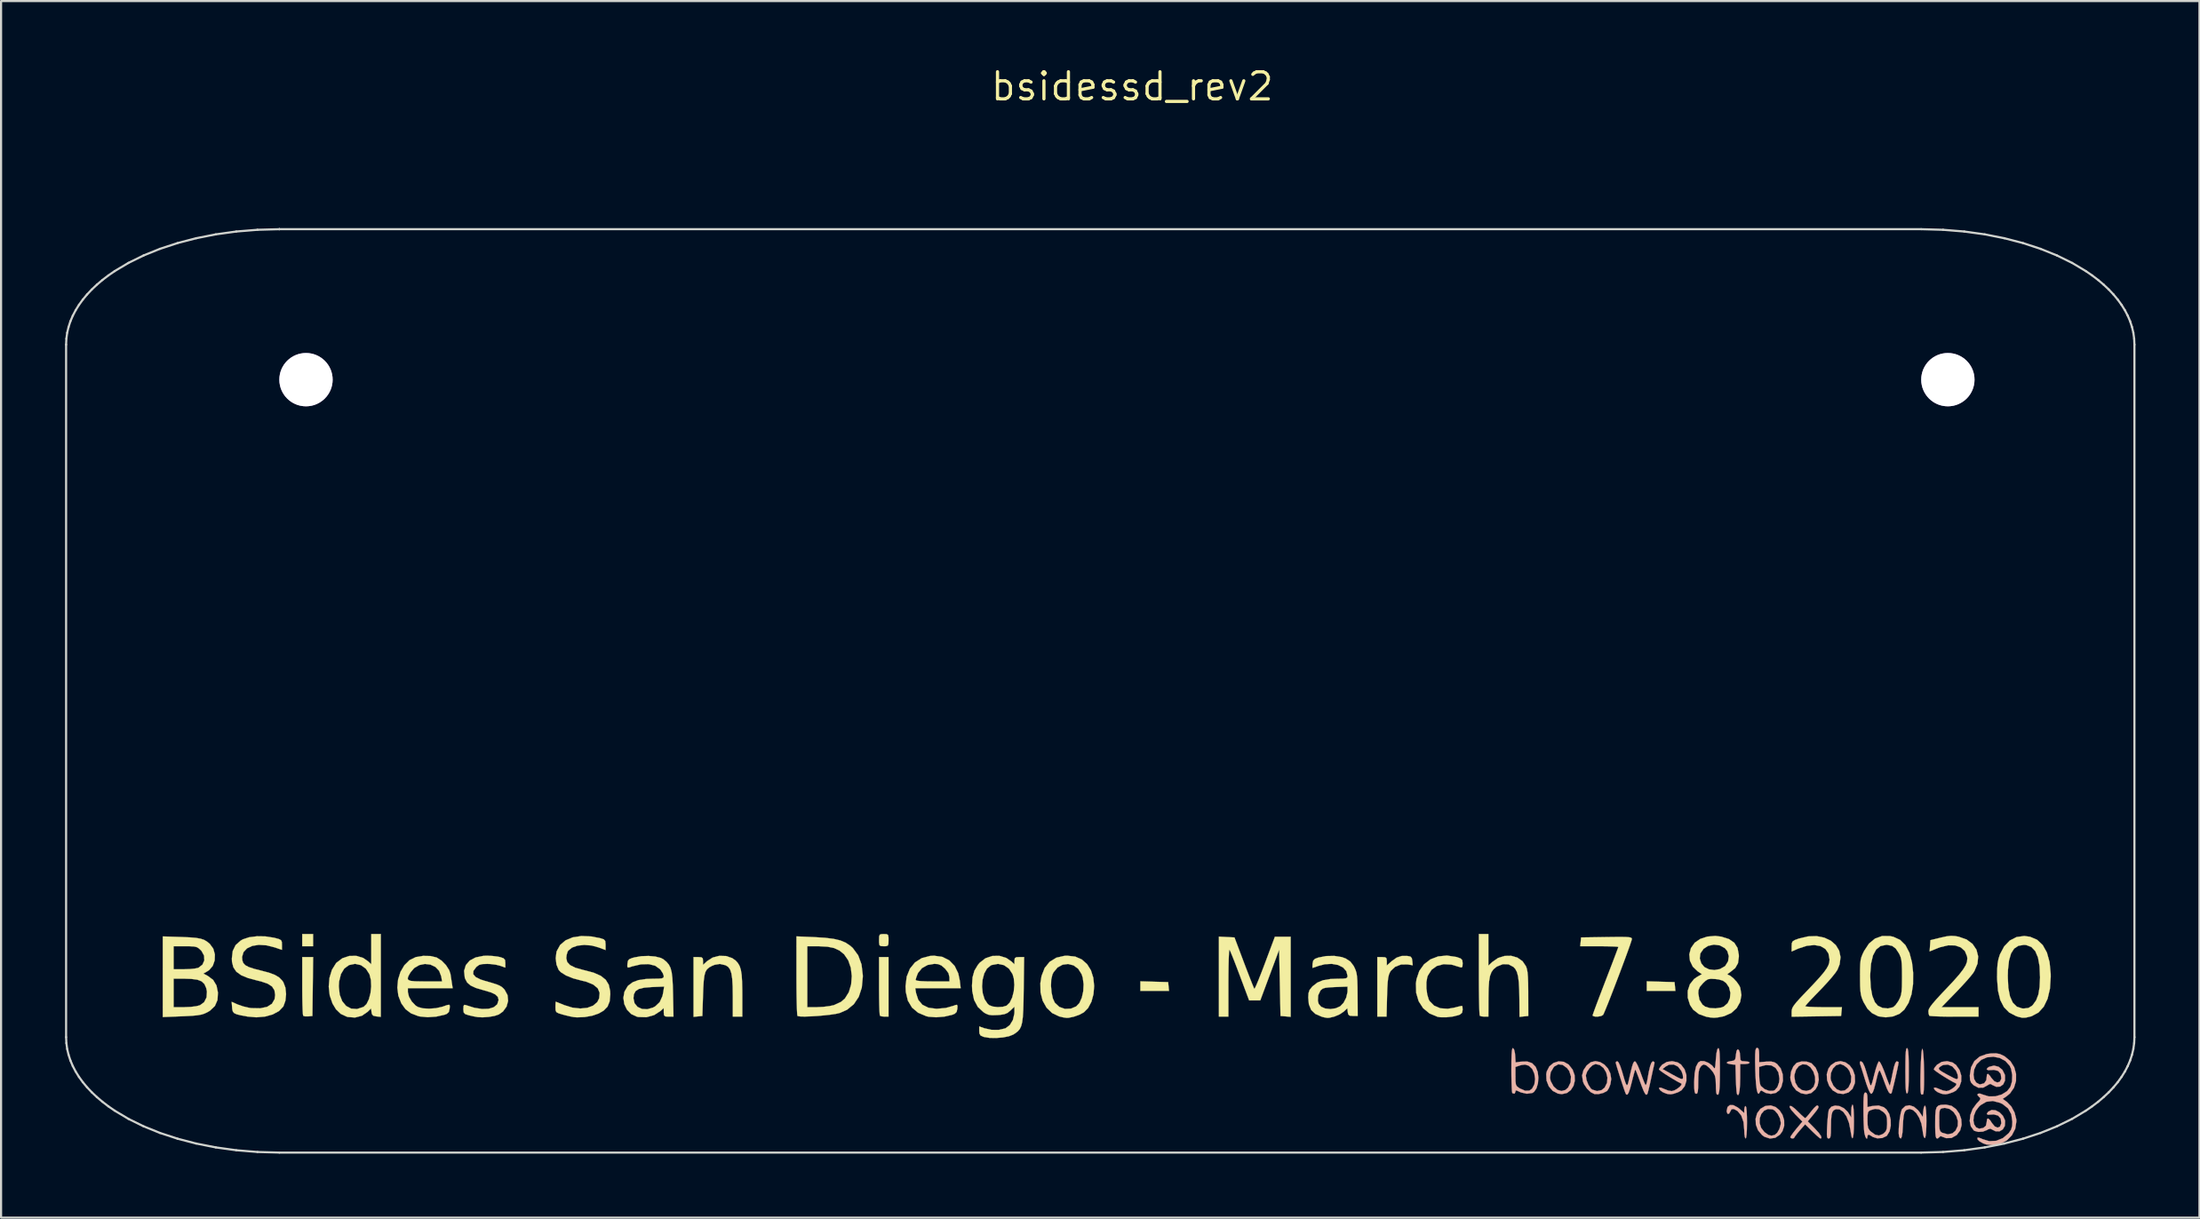
<source format=kicad_pcb>
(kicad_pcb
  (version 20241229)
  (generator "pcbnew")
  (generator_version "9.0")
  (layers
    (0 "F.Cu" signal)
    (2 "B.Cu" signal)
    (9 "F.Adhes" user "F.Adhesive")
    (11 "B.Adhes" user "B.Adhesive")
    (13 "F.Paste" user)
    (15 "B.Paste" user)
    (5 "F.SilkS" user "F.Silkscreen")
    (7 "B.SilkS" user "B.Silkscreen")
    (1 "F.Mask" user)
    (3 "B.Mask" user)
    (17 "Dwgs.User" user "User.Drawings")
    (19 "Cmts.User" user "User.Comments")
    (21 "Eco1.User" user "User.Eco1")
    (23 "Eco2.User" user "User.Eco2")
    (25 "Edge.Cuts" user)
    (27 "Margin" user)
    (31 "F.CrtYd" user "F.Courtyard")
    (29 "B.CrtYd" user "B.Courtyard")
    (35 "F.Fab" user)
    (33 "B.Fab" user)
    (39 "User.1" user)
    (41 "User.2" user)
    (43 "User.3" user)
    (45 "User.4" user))
  (footprint "bsidessd_rev2"
    (layer "F.Cu")
    (at 50.05 1.006)
    (property "Reference" "bsidessd_rev2" (at 0 0 0) (layer "F.SilkS") (effects (font (size 1.27 1.27) (thickness 0.15))))
    (attr through_hole)
    (fp_poly (pts (xy -38.417 40.322) (xy -38.925 40.322) (xy -38.925 39.751) (xy -38.417 39.751) (xy -38.417 40.322)) (stroke (width 0.01) (type solid)) (fill yes) (layer "F.SilkS"))
    (fp_poly (pts (xy 1.032 41.987) (xy 1.683 42.005) (xy 1.723 42.418) (xy 0.381 42.418) (xy 0.381 41.969) (xy 1.032 41.987)) (stroke (width 0.01) (type solid)) (fill yes) (layer "F.SilkS"))
    (fp_poly (pts (xy 24.781 41.987) (xy 25.432 42.005) (xy 25.472 42.418) (xy 24.13 42.418) (xy 24.13 41.969) (xy 24.781 41.987)) (stroke (width 0.01) (type solid)) (fill yes) (layer "F.SilkS"))
    (fp_poly (pts (xy -38.449 43.593) (xy -38.642 43.612) (xy -38.793 43.612) (xy -38.88 43.585) (xy -38.894 43.511) (xy -38.905 43.329) (xy -38.915 43.058) (xy -38.922 42.718) (xy -38.925 42.328) (xy -38.925 42.185) (xy -38.925 40.831) (xy -38.415 40.831) (xy -38.449 43.593)) (stroke (width 0.01) (type solid)) (fill yes) (layer "F.SilkS"))
    (fp_poly (pts (xy -11.43 43.624) (xy -11.61 43.624) (xy -11.755 43.611) (xy -11.832 43.582) (xy -11.845 43.509) (xy -11.856 43.328) (xy -11.865 43.058) (xy -11.871 42.719) (xy -11.874 42.329) (xy -11.874 42.185) (xy -11.874 40.831) (xy -11.43 40.831) (xy -11.43 43.624)) (stroke (width 0.01) (type solid)) (fill yes) (layer "F.SilkS"))
    (fp_poly (pts (xy -11.516 39.757) (xy -11.451 39.798) (xy -11.431 39.91) (xy -11.43 40.037) (xy -11.435 40.212) (xy -11.467 40.295) (xy -11.553 40.321) (xy -11.652 40.322) (xy -11.789 40.316) (xy -11.853 40.275) (xy -11.873 40.164) (xy -11.874 40.037) (xy -11.87 39.861) (xy -11.838 39.778) (xy -11.751 39.753) (xy -11.652 39.751) (xy -11.516 39.757)) (stroke (width 0.01) (type solid)) (fill yes) (layer "F.SilkS"))
    (fp_poly (pts (xy 13.047 40.807) (xy 13.112 40.884) (xy 13.133 41.007) (xy 13.153 41.214) (xy 12.907 41.175) (xy 12.603 41.18) (xy 12.332 41.285) (xy 12.127 41.475) (xy 12.086 41.54) (xy 12.038 41.653) (xy 12.003 41.803) (xy 11.978 42.013) (xy 11.961 42.305) (xy 11.949 42.688) (xy 11.926 43.624) (xy 11.493 43.624) (xy 11.493 40.831) (xy 11.716 40.831) (xy 11.865 40.841) (xy 11.926 40.895) (xy 11.938 41.027) (xy 11.938 41.028) (xy 11.938 41.225) (xy 12.161 41.028) (xy 12.401 40.856) (xy 12.637 40.779) (xy 12.898 40.778) (xy 13.047 40.807)) (stroke (width 0.01) (type solid)) (fill yes) (layer "F.SilkS"))
    (fp_poly (pts (xy 4.794 39.91) (xy 5.242 41.099) (xy 5.381 41.463) (xy 5.506 41.786) (xy 5.609 42.049) (xy 5.684 42.233) (xy 5.724 42.32) (xy 5.726 42.324) (xy 5.758 42.278) (xy 5.826 42.13) (xy 5.924 41.896) (xy 6.044 41.593) (xy 6.18 41.239) (xy 6.225 41.119) (xy 6.689 39.878) (xy 7.429 39.878) (xy 7.429 43.632) (xy 6.953 43.593) (xy 6.89 40.481) (xy 6.004 42.862) (xy 5.482 42.862) (xy 5.048 41.704) (xy 4.911 41.342) (xy 4.787 41.02) (xy 4.682 40.757) (xy 4.605 40.573) (xy 4.563 40.487) (xy 4.562 40.484) (xy 4.547 40.528) (xy 4.534 40.683) (xy 4.523 40.933) (xy 4.515 41.261) (xy 4.51 41.652) (xy 4.508 42.024) (xy 4.508 43.624) (xy 4.064 43.624) (xy 4.064 39.872) (xy 4.794 39.91)) (stroke (width 0.01) (type solid)) (fill yes) (layer "F.SilkS"))
    (fp_poly (pts (xy -19.05 40.782) (xy -18.761 40.88) (xy -18.598 40.996) (xy -18.491 41.116) (xy -18.411 41.255) (xy -18.355 41.433) (xy -18.318 41.67) (xy -18.298 41.985) (xy -18.289 42.399) (xy -18.288 42.624) (xy -18.288 43.624) (xy -18.733 43.624) (xy -18.733 42.67) (xy -18.739 42.205) (xy -18.76 41.851) (xy -18.8 41.591) (xy -18.862 41.409) (xy -18.951 41.289) (xy -19.07 41.216) (xy -19.083 41.211) (xy -19.34 41.152) (xy -19.586 41.193) (xy -19.708 41.243) (xy -19.844 41.317) (xy -19.945 41.405) (xy -20.017 41.526) (xy -20.065 41.701) (xy -20.097 41.948) (xy -20.118 42.288) (xy -20.13 42.608) (xy -20.161 43.593) (xy -20.574 43.633) (xy -20.574 40.831) (xy -20.352 40.831) (xy -20.202 40.841) (xy -20.141 40.895) (xy -20.13 41.015) (xy -20.13 41.199) (xy -19.934 41.017) (xy -19.675 40.852) (xy -19.368 40.773) (xy -19.05 40.782)) (stroke (width 0.01) (type solid)) (fill yes) (layer "F.SilkS"))
    (fp_poly (pts (xy 23.18 39.891) (xy 23.317 39.903) (xy 23.393 39.923) (xy 23.426 39.952) (xy 23.431 39.983) (xy 23.409 40.068) (xy 23.348 40.252) (xy 23.254 40.517) (xy 23.134 40.845) (xy 22.996 41.217) (xy 22.847 41.614) (xy 22.693 42.018) (xy 22.542 42.411) (xy 22.401 42.773) (xy 22.277 43.086) (xy 22.176 43.332) (xy 22.107 43.493) (xy 22.079 43.545) (xy 21.99 43.594) (xy 21.849 43.62) (xy 21.704 43.621) (xy 21.606 43.593) (xy 21.59 43.567) (xy 21.612 43.495) (xy 21.674 43.32) (xy 21.77 43.06) (xy 21.895 42.729) (xy 22.041 42.346) (xy 22.193 41.95) (xy 22.354 41.532) (xy 22.499 41.154) (xy 22.622 40.831) (xy 22.716 40.58) (xy 22.777 40.417) (xy 22.797 40.356) (xy 22.737 40.344) (xy 22.573 40.334) (xy 22.327 40.327) (xy 22.022 40.323) (xy 21.903 40.322) (xy 21.01 40.322) (xy 21.03 40.116) (xy 21.05 39.91) (xy 22.241 39.892) (xy 22.659 39.887) (xy 22.966 39.886) (xy 23.18 39.891)) (stroke (width 0.01) (type solid)) (fill yes) (layer "F.SilkS"))
    (fp_poly (pts (xy 15.198 40.826) (xy 15.249 40.841) (xy 15.407 40.9) (xy 15.477 40.976) (xy 15.494 41.112) (xy 15.494 41.133) (xy 15.484 41.277) (xy 15.442 41.321) (xy 15.383 41.307) (xy 14.97 41.184) (xy 14.601 41.164) (xy 14.286 41.246) (xy 14.037 41.425) (xy 13.864 41.698) (xy 13.836 41.771) (xy 13.795 42.01) (xy 13.795 42.299) (xy 13.834 42.587) (xy 13.905 42.823) (xy 13.94 42.889) (xy 14.156 43.108) (xy 14.446 43.232) (xy 14.795 43.256) (xy 15.091 43.207) (xy 15.285 43.157) (xy 15.422 43.125) (xy 15.465 43.117) (xy 15.486 43.172) (xy 15.494 43.301) (xy 15.468 43.443) (xy 15.366 43.527) (xy 15.298 43.553) (xy 15.028 43.62) (xy 14.724 43.655) (xy 14.446 43.652) (xy 14.319 43.632) (xy 13.94 43.474) (xy 13.641 43.226) (xy 13.431 42.9) (xy 13.316 42.509) (xy 13.304 42.067) (xy 13.331 41.869) (xy 13.461 41.482) (xy 13.684 41.17) (xy 13.984 40.939) (xy 14.347 40.8) (xy 14.757 40.759) (xy 15.198 40.826)) (stroke (width 0.01) (type solid)) (fill yes) (layer "F.SilkS"))
    (fp_poly (pts (xy 16.701 41.235) (xy 16.875 41.069) (xy 17.153 40.875) (xy 17.46 40.778) (xy 17.772 40.772) (xy 18.062 40.856) (xy 18.304 41.025) (xy 18.464 41.261) (xy 18.506 41.381) (xy 18.536 41.54) (xy 18.555 41.758) (xy 18.566 42.057) (xy 18.571 42.458) (xy 18.571 42.545) (xy 18.574 43.593) (xy 18.161 43.633) (xy 18.157 42.851) (xy 18.149 42.374) (xy 18.129 42.007) (xy 18.094 41.732) (xy 18.04 41.531) (xy 17.964 41.387) (xy 17.88 41.295) (xy 17.647 41.171) (xy 17.382 41.163) (xy 17.11 41.271) (xy 17.075 41.293) (xy 16.942 41.402) (xy 16.845 41.537) (xy 16.777 41.719) (xy 16.735 41.968) (xy 16.712 42.303) (xy 16.704 42.745) (xy 16.704 42.751) (xy 16.701 43.624) (xy 16.521 43.624) (xy 16.375 43.611) (xy 16.298 43.582) (xy 16.288 43.51) (xy 16.278 43.327) (xy 16.27 43.05) (xy 16.263 42.693) (xy 16.258 42.274) (xy 16.256 41.807) (xy 16.256 41.645) (xy 16.256 39.751) (xy 16.701 39.751) (xy 16.701 41.235)) (stroke (width 0.01) (type solid)) (fill yes) (layer "F.SilkS"))
    (fp_poly (pts (xy 38.583 39.845) (xy 38.761 39.877) (xy 39.13 40.007) (xy 39.409 40.216) (xy 39.591 40.486) (xy 39.671 40.8) (xy 39.64 41.14) (xy 39.494 41.489) (xy 39.417 41.606) (xy 39.298 41.753) (xy 39.114 41.965) (xy 38.886 42.214) (xy 38.639 42.475) (xy 38.586 42.529) (xy 37.953 43.18) (xy 39.688 43.18) (xy 39.688 43.624) (xy 38.555 43.624) (xy 38.188 43.622) (xy 37.866 43.616) (xy 37.61 43.606) (xy 37.44 43.594) (xy 37.38 43.582) (xy 37.349 43.493) (xy 37.338 43.365) (xy 37.357 43.281) (xy 37.42 43.168) (xy 37.537 43.013) (xy 37.719 42.803) (xy 37.976 42.524) (xy 38.17 42.321) (xy 38.516 41.952) (xy 38.778 41.655) (xy 38.964 41.415) (xy 39.084 41.219) (xy 39.148 41.051) (xy 39.163 40.898) (xy 39.152 40.799) (xy 39.049 40.549) (xy 38.856 40.376) (xy 38.59 40.284) (xy 38.266 40.279) (xy 37.898 40.365) (xy 37.79 40.405) (xy 37.395 40.564) (xy 37.433 40.037) (xy 37.916 39.919) (xy 38.19 39.859) (xy 38.395 39.835) (xy 38.583 39.845)) (stroke (width 0.01) (type solid)) (fill yes) (layer "F.SilkS"))
    (fp_poly (pts (xy -2.672 40.809) (xy -2.367 40.943) (xy -2.118 41.163) (xy -1.937 41.452) (xy -1.827 41.802) (xy -1.788 42.184) (xy -1.818 42.568) (xy -1.914 42.924) (xy -2.074 43.225) (xy -2.269 43.421) (xy -2.479 43.535) (xy -2.739 43.627) (xy -2.985 43.678) (xy -3.08 43.682) (xy -3.228 43.661) (xy -3.414 43.617) (xy -3.427 43.613) (xy -3.757 43.457) (xy -4.017 43.206) (xy -4.201 42.878) (xy -4.301 42.488) (xy -4.307 42.181) (xy -3.811 42.181) (xy -3.784 42.492) (xy -3.723 42.772) (xy -3.631 42.973) (xy -3.421 43.168) (xy -3.158 43.261) (xy -2.873 43.248) (xy -2.629 43.145) (xy -2.478 42.985) (xy -2.365 42.736) (xy -2.298 42.432) (xy -2.281 42.108) (xy -2.321 41.798) (xy -2.374 41.633) (xy -2.537 41.377) (xy -2.758 41.218) (xy -3.009 41.155) (xy -3.265 41.188) (xy -3.5 41.316) (xy -3.689 41.54) (xy -3.745 41.653) (xy -3.8 41.886) (xy -3.811 42.181) (xy -4.307 42.181) (xy -4.309 42.053) (xy -4.255 41.72) (xy -4.107 41.341) (xy -3.873 41.052) (xy -3.56 40.86) (xy -3.177 40.772) (xy -3.048 40.767) (xy -2.672 40.809)) (stroke (width 0.01) (type solid)) (fill yes) (layer "F.SilkS"))
    (fp_poly (pts (xy -35.242 43.633) (xy -35.449 43.613) (xy -35.597 43.58) (xy -35.661 43.496) (xy -35.676 43.414) (xy -35.696 43.235) (xy -35.858 43.397) (xy -36.128 43.582) (xy -36.449 43.666) (xy -36.786 43.641) (xy -36.835 43.627) (xy -37.119 43.496) (xy -37.342 43.281) (xy -37.506 43.009) (xy -37.637 42.626) (xy -37.683 42.213) (xy -37.682 42.212) (xy -37.211 42.212) (xy -37.169 42.596) (xy -37.05 42.903) (xy -36.867 43.124) (xy -36.632 43.248) (xy -36.357 43.267) (xy -36.053 43.169) (xy -36.047 43.166) (xy -35.908 43.031) (xy -35.798 42.805) (xy -35.724 42.519) (xy -35.691 42.207) (xy -35.705 41.903) (xy -35.772 41.638) (xy -35.775 41.633) (xy -35.94 41.377) (xy -36.173 41.209) (xy -36.446 41.148) (xy -36.449 41.148) (xy -36.73 41.205) (xy -36.953 41.367) (xy -37.111 41.627) (xy -37.197 41.974) (xy -37.211 42.212) (xy -37.682 42.212) (xy -37.647 41.803) (xy -37.533 41.428) (xy -37.343 41.122) (xy -37.319 41.095) (xy -37.044 40.886) (xy -36.724 40.779) (xy -36.388 40.774) (xy -36.067 40.872) (xy -35.83 41.036) (xy -35.687 41.17) (xy -35.687 39.751) (xy -35.242 39.751) (xy -35.242 43.633)) (stroke (width 0.01) (type solid)) (fill yes) (layer "F.SilkS"))
    (fp_poly (pts (xy -14.907 39.896) (xy -14.403 39.927) (xy -14.004 39.977) (xy -13.689 40.052) (xy -13.436 40.158) (xy -13.224 40.301) (xy -13.104 40.409) (xy -12.853 40.75) (xy -12.697 41.175) (xy -12.637 41.682) (xy -12.636 41.751) (xy -12.684 42.262) (xy -12.826 42.694) (xy -13.059 43.043) (xy -13.38 43.304) (xy -13.72 43.453) (xy -13.9 43.494) (xy -14.153 43.532) (xy -14.452 43.565) (xy -14.77 43.593) (xy -15.08 43.611) (xy -15.354 43.62) (xy -15.565 43.616) (xy -15.686 43.598) (xy -15.7 43.59) (xy -15.713 43.516) (xy -15.724 43.331) (xy -15.729 43.18) (xy -15.24 43.18) (xy -14.775 43.18) (xy -14.486 43.166) (xy -14.194 43.129) (xy -13.988 43.084) (xy -13.655 42.93) (xy -13.474 42.772) (xy -13.29 42.475) (xy -13.183 42.114) (xy -13.153 41.723) (xy -13.198 41.335) (xy -13.319 40.983) (xy -13.513 40.701) (xy -13.52 40.695) (xy -13.732 40.523) (xy -13.979 40.409) (xy -14.29 40.345) (xy -14.692 40.323) (xy -14.748 40.323) (xy -15.24 40.322) (xy -15.24 43.18) (xy -15.729 43.18) (xy -15.733 43.052) (xy -15.741 42.696) (xy -15.746 42.277) (xy -15.748 41.814) (xy -15.748 41.7) (xy -15.748 39.86) (xy -14.907 39.896)) (stroke (width 0.01) (type solid)) (fill yes) (layer "F.SilkS"))
    (fp_poly (pts (xy 32.457 39.921) (xy 32.761 40.064) (xy 32.997 40.271) (xy 33.153 40.531) (xy 33.216 40.834) (xy 33.174 41.17) (xy 33.075 41.42) (xy 32.983 41.56) (xy 32.819 41.766) (xy 32.605 42.012) (xy 32.359 42.277) (xy 32.25 42.39) (xy 32.013 42.634) (xy 31.81 42.847) (xy 31.659 43.012) (xy 31.573 43.113) (xy 31.559 43.136) (xy 31.619 43.152) (xy 31.783 43.165) (xy 32.027 43.175) (xy 32.329 43.18) (xy 32.421 43.18) (xy 33.282 43.18) (xy 33.242 43.593) (xy 30.924 43.627) (xy 30.924 43.396) (xy 30.932 43.301) (xy 30.964 43.205) (xy 31.033 43.093) (xy 31.151 42.945) (xy 31.331 42.745) (xy 31.587 42.476) (xy 31.633 42.429) (xy 31.977 42.066) (xy 32.241 41.778) (xy 32.434 41.549) (xy 32.566 41.366) (xy 32.648 41.215) (xy 32.69 41.081) (xy 32.702 40.95) (xy 32.703 40.946) (xy 32.651 40.661) (xy 32.506 40.45) (xy 32.281 40.317) (xy 31.987 40.266) (xy 31.639 40.301) (xy 31.248 40.427) (xy 31.21 40.443) (xy 30.924 40.569) (xy 30.924 40.324) (xy 30.931 40.182) (xy 30.971 40.095) (xy 31.073 40.032) (xy 31.258 39.964) (xy 31.693 39.861) (xy 32.097 39.849) (xy 32.457 39.921)) (stroke (width 0.01) (type solid)) (fill yes) (layer "F.SilkS"))
    (fp_poly (pts (xy -8.905 40.823) (xy -8.582 40.984) (xy -8.331 41.244) (xy -8.161 41.593) (xy -8.09 41.928) (xy -8.047 42.291) (xy -10.177 42.291) (xy -10.139 42.52) (xy -10.035 42.839) (xy -9.841 43.068) (xy -9.558 43.207) (xy -9.189 43.255) (xy -9.146 43.254) (xy -8.747 43.218) (xy -8.377 43.114) (xy -8.298 43.083) (xy -8.221 43.068) (xy -8.196 43.128) (xy -8.203 43.251) (xy -8.237 43.404) (xy -8.328 43.491) (xy -8.447 43.539) (xy -8.812 43.623) (xy -9.196 43.654) (xy -9.546 43.629) (xy -9.656 43.604) (xy -10.041 43.442) (xy -10.33 43.199) (xy -10.523 42.873) (xy -10.62 42.464) (xy -10.632 42.196) (xy -10.597 41.908) (xy -10.16 41.908) (xy -10.098 41.938) (xy -9.919 41.959) (xy -9.631 41.971) (xy -9.366 41.974) (xy -8.572 41.974) (xy -8.572 41.777) (xy -8.618 41.586) (xy -8.764 41.389) (xy -8.788 41.364) (xy -8.952 41.223) (xy -9.107 41.161) (xy -9.281 41.148) (xy -9.595 41.201) (xy -9.859 41.347) (xy -10.043 41.569) (xy -10.069 41.624) (xy -10.129 41.784) (xy -10.159 41.897) (xy -10.16 41.908) (xy -10.597 41.908) (xy -10.577 41.748) (xy -10.426 41.374) (xy -10.188 41.081) (xy -9.871 40.879) (xy -9.484 40.778) (xy -9.293 40.767) (xy -8.905 40.823)) (stroke (width 0.01) (type solid)) (fill yes) (layer "F.SilkS"))
    (fp_poly (pts (xy 42.106 39.879) (xy 42.436 40.02) (xy 42.699 40.267) (xy 42.894 40.617) (xy 43.019 41.066) (xy 43.072 41.612) (xy 43.074 41.751) (xy 43.037 42.315) (xy 42.927 42.785) (xy 42.746 43.16) (xy 42.497 43.433) (xy 42.181 43.602) (xy 42.131 43.617) (xy 41.91 43.67) (xy 41.744 43.677) (xy 41.565 43.637) (xy 41.442 43.595) (xy 41.125 43.43) (xy 40.882 43.183) (xy 40.709 42.846) (xy 40.603 42.413) (xy 40.56 41.876) (xy 40.559 41.751) (xy 41.06 41.751) (xy 41.085 42.27) (xy 41.163 42.675) (xy 41.296 42.97) (xy 41.485 43.157) (xy 41.731 43.239) (xy 41.815 43.243) (xy 42.027 43.218) (xy 42.185 43.123) (xy 42.24 43.069) (xy 42.392 42.856) (xy 42.495 42.585) (xy 42.553 42.235) (xy 42.573 41.784) (xy 42.573 41.783) (xy 42.551 41.26) (xy 42.477 40.85) (xy 42.349 40.55) (xy 42.166 40.357) (xy 41.927 40.267) (xy 41.815 40.259) (xy 41.559 40.301) (xy 41.359 40.432) (xy 41.214 40.659) (xy 41.118 40.989) (xy 41.069 41.428) (xy 41.06 41.751) (xy 40.559 41.751) (xy 40.564 41.398) (xy 40.584 41.133) (xy 40.624 40.92) (xy 40.687 40.72) (xy 40.694 40.7) (xy 40.893 40.327) (xy 41.155 40.055) (xy 41.472 39.892) (xy 41.832 39.842) (xy 42.106 39.879)) (stroke (width 0.01) (type solid)) (fill yes) (layer "F.SilkS"))
    (fp_poly (pts (xy -32.92 40.781) (xy -32.632 40.848) (xy -32.62 40.853) (xy -32.393 40.996) (xy -32.186 41.208) (xy -32.033 41.447) (xy -31.975 41.623) (xy -31.939 41.854) (xy -31.906 42.069) (xy -31.871 42.291) (xy -33.972 42.291) (xy -33.972 42.472) (xy -33.921 42.69) (xy -33.789 42.916) (xy -33.609 43.103) (xy -33.499 43.173) (xy -33.275 43.234) (xy -32.979 43.252) (xy -32.66 43.229) (xy -32.366 43.164) (xy -32.329 43.152) (xy -32.138 43.085) (xy -32.039 43.066) (xy -32.006 43.105) (xy -32.011 43.211) (xy -32.016 43.259) (xy -32.051 43.408) (xy -32.146 43.494) (xy -32.258 43.537) (xy -32.644 43.623) (xy -33.046 43.651) (xy -33.41 43.616) (xy -33.486 43.598) (xy -33.828 43.467) (xy -34.082 43.274) (xy -34.279 43) (xy -34.418 42.644) (xy -34.466 42.265) (xy -34.431 41.884) (xy -34.413 41.827) (xy -33.981 41.827) (xy -33.953 41.902) (xy -33.844 41.946) (xy -33.641 41.967) (xy -33.329 41.973) (xy -33.17 41.974) (xy -32.368 41.974) (xy -32.406 41.739) (xy -32.503 41.48) (xy -32.68 41.294) (xy -32.912 41.184) (xy -33.172 41.153) (xy -33.434 41.205) (xy -33.673 41.344) (xy -33.848 41.548) (xy -33.942 41.712) (xy -33.981 41.827) (xy -34.413 41.827) (xy -34.319 41.527) (xy -34.138 41.217) (xy -33.896 40.977) (xy -33.6 40.832) (xy -33.597 40.831) (xy -33.261 40.775) (xy -32.92 40.781)) (stroke (width 0.01) (type solid)) (fill yes) (layer "F.SilkS"))
    (fp_poly (pts (xy -44.593 39.89) (xy -44.197 39.907) (xy -43.902 39.932) (xy -43.684 39.971) (xy -43.517 40.03) (xy -43.377 40.116) (xy -43.259 40.215) (xy -43.098 40.436) (xy -43.023 40.705) (xy -43.032 40.984) (xy -43.121 41.241) (xy -43.289 41.44) (xy -43.344 41.477) (xy -43.564 41.607) (xy -43.361 41.711) (xy -43.106 41.9) (xy -42.947 42.163) (xy -42.88 42.495) (xy -42.9 42.845) (xy -43.022 43.125) (xy -43.254 43.345) (xy -43.388 43.424) (xy -43.523 43.486) (xy -43.667 43.53) (xy -43.848 43.561) (xy -44.092 43.584) (xy -44.426 43.602) (xy -44.572 43.608) (xy -45.466 43.643) (xy -45.466 41.846) (xy -44.958 41.846) (xy -44.958 43.18) (xy -44.448 43.18) (xy -44.152 43.168) (xy -43.893 43.135) (xy -43.725 43.091) (xy -43.526 42.945) (xy -43.413 42.722) (xy -43.395 42.448) (xy -43.429 42.283) (xy -43.512 42.097) (xy -43.643 41.97) (xy -43.844 41.892) (xy -44.134 41.854) (xy -44.415 41.846) (xy -44.958 41.846) (xy -45.466 41.846) (xy -45.466 40.322) (xy -44.958 40.322) (xy -44.958 41.402) (xy -44.453 41.402) (xy -44.191 41.393) (xy -43.962 41.37) (xy -43.808 41.337) (xy -43.793 41.331) (xy -43.606 41.187) (xy -43.517 40.987) (xy -43.529 40.764) (xy -43.647 40.547) (xy -43.683 40.508) (xy -43.781 40.418) (xy -43.877 40.363) (xy -44.005 40.334) (xy -44.199 40.324) (xy -44.413 40.322) (xy -44.958 40.322) (xy -45.466 40.322) (xy -45.466 39.862) (xy -44.593 39.89)) (stroke (width 0.01) (type solid)) (fill yes) (layer "F.SilkS"))
    (fp_poly (pts (xy -40.65 39.862) (xy -40.253 39.923) (xy -40.211 39.933) (xy -40.019 39.986) (xy -39.92 40.039) (xy -39.883 40.122) (xy -39.878 40.256) (xy -39.878 40.493) (xy -40.211 40.378) (xy -40.604 40.279) (xy -40.962 40.257) (xy -41.27 40.306) (xy -41.514 40.421) (xy -41.678 40.594) (xy -41.747 40.821) (xy -41.736 40.983) (xy -41.691 41.11) (xy -41.597 41.212) (xy -41.434 41.299) (xy -41.183 41.382) (xy -40.871 41.461) (xy -40.489 41.562) (xy -40.209 41.667) (xy -40.008 41.787) (xy -39.863 41.936) (xy -39.81 42.013) (xy -39.716 42.262) (xy -39.684 42.568) (xy -39.715 42.877) (xy -39.807 43.136) (xy -39.817 43.152) (xy -40.016 43.362) (xy -40.31 43.521) (xy -40.671 43.621) (xy -41.077 43.656) (xy -41.497 43.619) (xy -41.801 43.563) (xy -42.001 43.513) (xy -42.121 43.457) (xy -42.182 43.381) (xy -42.208 43.272) (xy -42.215 43.194) (xy -42.235 42.93) (xy -41.941 43.06) (xy -41.691 43.146) (xy -41.41 43.211) (xy -41.308 43.225) (xy -40.893 43.233) (xy -40.571 43.165) (xy -40.346 43.021) (xy -40.222 42.804) (xy -40.196 42.608) (xy -40.229 42.386) (xy -40.339 42.214) (xy -40.541 42.081) (xy -40.849 41.975) (xy -41.011 41.936) (xy -41.456 41.819) (xy -41.787 41.683) (xy -42.016 41.517) (xy -42.156 41.31) (xy -42.22 41.052) (xy -42.227 40.901) (xy -42.185 40.546) (xy -42.051 40.271) (xy -41.817 40.061) (xy -41.706 39.998) (xy -41.417 39.902) (xy -41.051 39.856) (xy -40.65 39.862)) (stroke (width 0.01) (type solid)) (fill yes) (layer "F.SilkS"))
    (fp_poly (pts (xy -30.004 40.779) (xy -29.759 40.809) (xy -29.639 40.834) (xy -29.482 40.89) (xy -29.415 40.967) (xy -29.401 41.108) (xy -29.401 41.112) (xy -29.401 41.324) (xy -29.639 41.239) (xy -29.842 41.189) (xy -30.098 41.157) (xy -30.245 41.151) (xy -30.473 41.159) (xy -30.622 41.195) (xy -30.738 41.275) (xy -30.769 41.304) (xy -30.898 41.479) (xy -30.907 41.632) (xy -30.796 41.766) (xy -30.561 41.883) (xy -30.365 41.946) (xy -30.043 42.038) (xy -29.818 42.109) (xy -29.666 42.172) (xy -29.56 42.237) (xy -29.475 42.317) (xy -29.434 42.364) (xy -29.298 42.614) (xy -29.271 42.888) (xy -29.345 43.155) (xy -29.514 43.386) (xy -29.708 43.523) (xy -29.909 43.591) (xy -30.181 43.637) (xy -30.468 43.657) (xy -30.702 43.645) (xy -30.898 43.609) (xy -31.115 43.559) (xy -31.131 43.555) (xy -31.287 43.503) (xy -31.354 43.427) (xy -31.369 43.285) (xy -31.369 43.266) (xy -31.359 43.118) (xy -31.319 43.07) (xy -31.258 43.082) (xy -30.855 43.209) (xy -30.491 43.266) (xy -30.18 43.256) (xy -29.938 43.181) (xy -29.779 43.044) (xy -29.718 42.847) (xy -29.718 42.832) (xy -29.753 42.698) (xy -29.867 42.586) (xy -30.076 42.487) (xy -30.395 42.392) (xy -30.425 42.384) (xy -30.782 42.279) (xy -31.031 42.163) (xy -31.193 42.021) (xy -31.288 41.841) (xy -31.303 41.793) (xy -31.335 41.477) (xy -31.254 41.208) (xy -31.071 40.995) (xy -30.793 40.848) (xy -30.43 40.774) (xy -30.26 40.767) (xy -30.004 40.779)) (stroke (width 0.01) (type solid)) (fill yes) (layer "F.SilkS"))
    (fp_poly (pts (xy 35.535 39.846) (xy 35.694 39.88) (xy 36.012 40.026) (xy 36.263 40.275) (xy 36.448 40.629) (xy 36.569 41.09) (xy 36.621 41.561) (xy 36.618 42.099) (xy 36.545 42.578) (xy 36.406 42.981) (xy 36.208 43.296) (xy 35.985 43.489) (xy 35.679 43.614) (xy 35.334 43.657) (xy 35.007 43.612) (xy 34.967 43.598) (xy 34.691 43.458) (xy 34.478 43.251) (xy 34.301 42.949) (xy 34.28 42.904) (xy 34.217 42.751) (xy 34.175 42.601) (xy 34.15 42.423) (xy 34.136 42.186) (xy 34.132 41.862) (xy 34.132 41.751) (xy 34.608 41.751) (xy 34.633 42.248) (xy 34.706 42.649) (xy 34.827 42.946) (xy 34.967 43.113) (xy 35.184 43.215) (xy 35.441 43.241) (xy 35.676 43.185) (xy 35.691 43.178) (xy 35.794 43.084) (xy 35.911 42.923) (xy 35.957 42.845) (xy 36.017 42.719) (xy 36.057 42.591) (xy 36.082 42.43) (xy 36.095 42.21) (xy 36.099 41.902) (xy 36.1 41.751) (xy 36.098 41.401) (xy 36.088 41.15) (xy 36.069 40.969) (xy 36.035 40.831) (xy 35.983 40.708) (xy 35.957 40.658) (xy 35.806 40.43) (xy 35.636 40.305) (xy 35.414 40.26) (xy 35.35 40.259) (xy 35.09 40.314) (xy 34.886 40.478) (xy 34.738 40.754) (xy 34.646 41.142) (xy 34.608 41.643) (xy 34.608 41.751) (xy 34.132 41.751) (xy 34.133 41.408) (xy 34.141 41.162) (xy 34.159 40.981) (xy 34.194 40.836) (xy 34.249 40.695) (xy 34.322 40.545) (xy 34.551 40.197) (xy 34.834 39.963) (xy 35.163 39.845) (xy 35.535 39.846)) (stroke (width 0.01) (type solid)) (fill yes) (layer "F.SilkS"))
    (fp_poly (pts (xy -25.369 39.864) (xy -24.94 39.948) (xy -24.784 39.999) (xy -24.717 40.074) (xy -24.702 40.221) (xy -24.701 40.255) (xy -24.701 40.501) (xy -25.02 40.38) (xy -25.359 40.288) (xy -25.7 40.261) (xy -26.014 40.294) (xy -26.273 40.385) (xy -26.449 40.528) (xy -26.478 40.573) (xy -26.526 40.727) (xy -26.543 40.885) (xy -26.499 41.064) (xy -26.362 41.21) (xy -26.12 41.33) (xy -25.763 41.431) (xy -25.713 41.443) (xy -25.262 41.562) (xy -24.926 41.71) (xy -24.693 41.895) (xy -24.55 42.129) (xy -24.486 42.423) (xy -24.479 42.577) (xy -24.509 42.909) (xy -24.608 43.155) (xy -24.796 43.345) (xy -25.022 43.476) (xy -25.319 43.579) (xy -25.678 43.643) (xy -26.035 43.658) (xy -26.194 43.645) (xy -26.367 43.612) (xy -26.595 43.557) (xy -26.718 43.524) (xy -26.909 43.466) (xy -27.008 43.41) (xy -27.045 43.325) (xy -27.051 43.179) (xy -27.051 43.178) (xy -27.047 43.02) (xy -27.039 42.932) (xy -27.035 42.926) (xy -26.973 42.949) (xy -26.826 43.007) (xy -26.638 43.084) (xy -26.253 43.203) (xy -25.885 43.244) (xy -25.554 43.211) (xy -25.282 43.108) (xy -25.086 42.938) (xy -25.001 42.766) (xy -24.977 42.509) (xy -25.066 42.296) (xy -25.271 42.124) (xy -25.595 41.99) (xy -25.83 41.932) (xy -26.231 41.825) (xy -26.562 41.69) (xy -26.801 41.538) (xy -26.901 41.429) (xy -27.002 41.184) (xy -27.038 40.886) (xy -27.003 40.596) (xy -26.991 40.555) (xy -26.832 40.265) (xy -26.579 40.048) (xy -26.243 39.906) (xy -25.835 39.844) (xy -25.369 39.864)) (stroke (width 0.01) (type solid)) (fill yes) (layer "F.SilkS"))
    (fp_poly (pts (xy -22.368 40.806) (xy -22.11 40.871) (xy -21.989 40.934) (xy -21.843 41.055) (xy -21.733 41.184) (xy -21.654 41.34) (xy -21.601 41.544) (xy -21.567 41.818) (xy -21.547 42.181) (xy -21.537 42.561) (xy -21.516 43.624) (xy -21.743 43.624) (xy -21.895 43.615) (xy -21.958 43.563) (xy -21.971 43.436) (xy -21.971 43.423) (xy -21.971 43.221) (xy -22.114 43.351) (xy -22.423 43.551) (xy -22.784 43.651) (xy -23.16 43.641) (xy -23.229 43.627) (xy -23.498 43.502) (xy -23.698 43.295) (xy -23.823 43.033) (xy -23.862 42.763) (xy -23.393 42.763) (xy -23.341 42.998) (xy -23.198 43.169) (xy -22.99 43.264) (xy -22.739 43.277) (xy -22.472 43.198) (xy -22.369 43.141) (xy -22.162 42.945) (xy -22.033 42.661) (xy -21.997 42.491) (xy -21.953 42.214) (xy -22.532 42.237) (xy -22.89 42.266) (xy -23.139 42.326) (xy -23.295 42.428) (xy -23.374 42.582) (xy -23.393 42.763) (xy -23.862 42.763) (xy -23.865 42.744) (xy -23.815 42.457) (xy -23.666 42.201) (xy -23.628 42.16) (xy -23.423 42.009) (xy -23.155 41.91) (xy -22.801 41.858) (xy -22.463 41.847) (xy -22.215 41.844) (xy -22.067 41.831) (xy -21.995 41.801) (xy -21.972 41.748) (xy -21.971 41.721) (xy -22.012 41.595) (xy -22.113 41.439) (xy -22.148 41.397) (xy -22.374 41.236) (xy -22.678 41.161) (xy -23.044 41.171) (xy -23.455 41.267) (xy -23.587 41.314) (xy -23.658 41.323) (xy -23.681 41.253) (xy -23.674 41.141) (xy -23.652 41.011) (xy -23.593 40.934) (xy -23.465 40.879) (xy -23.336 40.844) (xy -23.019 40.789) (xy -22.684 40.778) (xy -22.368 40.806)) (stroke (width 0.01) (type solid)) (fill yes) (layer "F.SilkS"))
    (fp_poly (pts (xy 9.825 40.831) (xy 10.009 40.898) (xy 10.226 41.039) (xy 10.38 41.242) (xy 10.42 41.32) (xy 10.475 41.444) (xy 10.514 41.573) (xy 10.539 41.729) (xy 10.555 41.939) (xy 10.563 42.228) (xy 10.567 42.602) (xy 10.573 43.593) (xy 10.351 43.593) (xy 10.198 43.58) (xy 10.13 43.521) (xy 10.107 43.411) (xy 10.087 43.229) (xy 9.917 43.389) (xy 9.728 43.516) (xy 9.481 43.621) (xy 9.238 43.678) (xy 9.144 43.682) (xy 9.012 43.66) (xy 8.886 43.628) (xy 8.587 43.497) (xy 8.39 43.309) (xy 8.283 43.045) (xy 8.268 42.877) (xy 8.705 42.877) (xy 8.741 43.023) (xy 8.856 43.16) (xy 9.051 43.243) (xy 9.292 43.269) (xy 9.542 43.233) (xy 9.751 43.14) (xy 9.911 42.974) (xy 10.034 42.735) (xy 10.094 42.475) (xy 10.097 42.418) (xy 10.097 42.215) (xy 9.519 42.237) (xy 9.239 42.251) (xy 9.056 42.272) (xy 8.94 42.307) (xy 8.861 42.364) (xy 8.821 42.409) (xy 8.72 42.623) (xy 8.705 42.877) (xy 8.268 42.877) (xy 8.255 42.732) (xy 8.267 42.519) (xy 8.317 42.372) (xy 8.43 42.231) (xy 8.464 42.196) (xy 8.682 42.027) (xy 8.949 41.917) (xy 9.29 41.86) (xy 9.636 41.847) (xy 9.874 41.844) (xy 10.013 41.829) (xy 10.077 41.796) (xy 10.096 41.737) (xy 10.097 41.715) (xy 10.04 41.492) (xy 9.885 41.318) (xy 9.651 41.201) (xy 9.358 41.149) (xy 9.028 41.167) (xy 8.731 41.245) (xy 8.571 41.302) (xy 8.471 41.334) (xy 8.457 41.338) (xy 8.449 41.283) (xy 8.456 41.149) (xy 8.457 41.134) (xy 8.488 40.996) (xy 8.568 40.914) (xy 8.731 40.853) (xy 9.095 40.783) (xy 9.476 40.776) (xy 9.825 40.831)) (stroke (width 0.01) (type solid)) (fill yes) (layer "F.SilkS"))
    (fp_poly (pts (xy -5.91 40.87) (xy -5.667 41.036) (xy -5.524 41.17) (xy -5.524 41) (xy -5.51 40.887) (xy -5.441 40.839) (xy -5.298 40.831) (xy -5.072 40.831) (xy -5.092 42.37) (xy -5.1 42.899) (xy -5.112 43.317) (xy -5.132 43.641) (xy -5.163 43.885) (xy -5.209 44.067) (xy -5.274 44.202) (xy -5.362 44.307) (xy -5.476 44.397) (xy -5.582 44.465) (xy -5.783 44.544) (xy -6.064 44.599) (xy -6.382 44.625) (xy -6.691 44.62) (xy -6.948 44.579) (xy -6.969 44.573) (xy -7.112 44.511) (xy -7.168 44.413) (xy -7.176 44.297) (xy -7.176 44.084) (xy -6.937 44.169) (xy -6.601 44.243) (xy -6.253 44.245) (xy -5.949 44.173) (xy -5.946 44.172) (xy -5.744 44.023) (xy -5.599 43.785) (xy -5.529 43.489) (xy -5.524 43.397) (xy -5.524 43.156) (xy -5.716 43.34) (xy -5.846 43.446) (xy -5.989 43.507) (xy -6.189 43.54) (xy -6.321 43.55) (xy -6.563 43.558) (xy -6.731 43.538) (xy -6.874 43.479) (xy -6.979 43.414) (xy -7.243 43.168) (xy -7.418 42.838) (xy -7.505 42.419) (xy -7.514 42.211) (xy -7.044 42.211) (xy -7.013 42.526) (xy -6.926 42.807) (xy -6.781 43.025) (xy -6.709 43.087) (xy -6.54 43.151) (xy -6.308 43.177) (xy -6.071 43.163) (xy -5.896 43.111) (xy -5.747 42.968) (xy -5.632 42.733) (xy -5.557 42.443) (xy -5.529 42.131) (xy -5.555 41.83) (xy -5.612 41.633) (xy -5.781 41.374) (xy -6.017 41.209) (xy -6.294 41.149) (xy -6.589 41.203) (xy -6.632 41.221) (xy -6.813 41.369) (xy -6.943 41.603) (xy -7.02 41.894) (xy -7.044 42.211) (xy -7.514 42.211) (xy -7.516 42.167) (xy -7.489 41.778) (xy -7.402 41.468) (xy -7.241 41.2) (xy -7.152 41.094) (xy -6.884 40.887) (xy -6.566 40.779) (xy -6.232 40.773) (xy -5.91 40.87)) (stroke (width 0.01) (type solid)) (fill yes) (layer "F.SilkS"))
    (fp_poly (pts (xy 27.626 39.873) (xy 27.984 39.987) (xy 28.234 40.16) (xy 28.385 40.401) (xy 28.446 40.722) (xy 28.448 40.813) (xy 28.408 41.116) (xy 28.277 41.347) (xy 28.044 41.534) (xy 27.935 41.611) (xy 27.91 41.653) (xy 27.922 41.656) (xy 28.043 41.705) (xy 28.196 41.83) (xy 28.35 41.996) (xy 28.47 42.171) (xy 28.514 42.267) (xy 28.568 42.613) (xy 28.507 42.94) (xy 28.344 43.227) (xy 28.092 43.454) (xy 27.764 43.6) (xy 27.699 43.616) (xy 27.459 43.662) (xy 27.281 43.677) (xy 27.101 43.662) (xy 26.923 43.63) (xy 26.575 43.507) (xy 26.304 43.295) (xy 26.161 43.082) (xy 26.053 42.741) (xy 26.052 42.523) (xy 26.545 42.523) (xy 26.597 42.829) (xy 26.74 43.059) (xy 26.867 43.155) (xy 27.084 43.222) (xy 27.354 43.237) (xy 27.616 43.199) (xy 27.744 43.151) (xy 27.925 42.992) (xy 28.029 42.766) (xy 28.052 42.507) (xy 27.99 42.251) (xy 27.851 42.046) (xy 27.702 41.938) (xy 27.501 41.879) (xy 27.342 41.86) (xy 27.134 41.849) (xy 26.998 41.871) (xy 26.883 41.944) (xy 26.767 42.055) (xy 26.621 42.224) (xy 26.556 42.379) (xy 26.545 42.523) (xy 26.052 42.523) (xy 26.052 42.408) (xy 26.152 42.107) (xy 26.346 41.862) (xy 26.479 41.768) (xy 26.716 41.632) (xy 26.518 41.5) (xy 26.287 41.278) (xy 26.155 41.003) (xy 26.144 40.892) (xy 26.614 40.892) (xy 26.684 41.122) (xy 26.829 41.299) (xy 27.046 41.406) (xy 27.3 41.439) (xy 27.557 41.395) (xy 27.78 41.269) (xy 27.812 41.241) (xy 27.944 41.029) (xy 27.977 40.787) (xy 27.909 40.555) (xy 27.792 40.411) (xy 27.553 40.282) (xy 27.276 40.247) (xy 27.004 40.306) (xy 26.792 40.445) (xy 26.643 40.659) (xy 26.614 40.892) (xy 26.144 40.892) (xy 26.125 40.704) (xy 26.201 40.41) (xy 26.379 40.157) (xy 26.639 39.978) (xy 26.973 39.87) (xy 27.345 39.839) (xy 27.626 39.873)) (stroke (width 0.01) (type solid)) (fill yes) (layer "F.SilkS"))
    (fp_poly (pts (xy 36.338 45.101) (xy 36.37 45.147) (xy 36.392 45.269) (xy 36.407 45.481) (xy 36.415 45.795) (xy 36.417 46.164) (xy 36.415 46.579) (xy 36.406 46.88) (xy 36.39 47.08) (xy 36.366 47.192) (xy 36.338 47.228) (xy 36.308 47.21) (xy 36.286 47.123) (xy 36.271 46.955) (xy 36.262 46.691) (xy 36.259 46.319) (xy 36.258 46.164) (xy 36.261 45.752) (xy 36.267 45.452) (xy 36.28 45.253) (xy 36.299 45.14) (xy 36.327 45.1) (xy 36.338 45.101)) (stroke (width 0.01) (type solid)) (fill yes) (layer "B.SilkS"))
    (fp_poly (pts (xy 37.077 45.198) (xy 37.098 45.365) (xy 37.115 45.608) (xy 37.127 45.901) (xy 37.134 46.218) (xy 37.136 46.533) (xy 37.132 46.822) (xy 37.122 47.057) (xy 37.105 47.215) (xy 37.088 47.266) (xy 37.019 47.283) (xy 36.989 47.236) (xy 36.973 47.131) (xy 36.964 46.936) (xy 36.962 46.676) (xy 36.965 46.376) (xy 36.973 46.061) (xy 36.985 45.756) (xy 37.001 45.487) (xy 37.019 45.278) (xy 37.039 45.155) (xy 37.052 45.132) (xy 37.077 45.198)) (stroke (width 0.01) (type solid)) (fill yes) (layer "B.SilkS"))
    (fp_poly (pts (xy 28.194 47.777) (xy 28.397 47.885) (xy 28.478 47.949) (xy 28.702 48.146) (xy 28.702 47.981) (xy 28.723 47.858) (xy 28.765 47.816) (xy 28.793 47.877) (xy 28.814 48.05) (xy 28.826 48.321) (xy 28.829 48.578) (xy 28.824 48.912) (xy 28.809 49.159) (xy 28.787 49.305) (xy 28.765 49.34) (xy 28.732 49.282) (xy 28.709 49.13) (xy 28.702 48.956) (xy 28.666 48.563) (xy 28.56 48.259) (xy 28.389 48.054) (xy 28.377 48.046) (xy 28.209 47.955) (xy 28.102 47.969) (xy 28.049 48.069) (xy 27.987 48.18) (xy 27.916 48.179) (xy 27.877 48.073) (xy 27.877 48.05) (xy 27.917 47.863) (xy 28.028 47.771) (xy 28.194 47.777)) (stroke (width 0.01) (type solid)) (fill yes) (layer "B.SilkS"))
    (fp_poly (pts (xy 20.236 45.742) (xy 20.461 45.868) (xy 20.47 45.876) (xy 20.652 46.109) (xy 20.745 46.367) (xy 20.756 46.628) (xy 20.694 46.869) (xy 20.566 47.069) (xy 20.382 47.207) (xy 20.148 47.259) (xy 19.967 47.235) (xy 19.72 47.108) (xy 19.535 46.893) (xy 19.428 46.621) (xy 19.423 46.498) (xy 19.59 46.498) (xy 19.626 46.652) (xy 19.762 46.9) (xy 19.936 47.056) (xy 20.128 47.113) (xy 20.315 47.064) (xy 20.442 46.95) (xy 20.56 46.705) (xy 20.576 46.432) (xy 20.493 46.172) (xy 20.388 46.033) (xy 20.181 45.885) (xy 19.981 45.86) (xy 19.799 45.958) (xy 19.768 45.99) (xy 19.623 46.232) (xy 19.59 46.498) (xy 19.423 46.498) (xy 19.415 46.32) (xy 19.439 46.196) (xy 19.561 45.958) (xy 19.755 45.797) (xy 19.99 45.722) (xy 20.236 45.742)) (stroke (width 0.01) (type solid)) (fill yes) (layer "B.SilkS"))
    (fp_poly (pts (xy 33.441 45.765) (xy 33.639 45.902) (xy 33.793 46.109) (xy 33.885 46.371) (xy 33.896 46.674) (xy 33.883 46.759) (xy 33.779 47.009) (xy 33.593 47.179) (xy 33.349 47.253) (xy 33.086 47.221) (xy 32.851 47.084) (xy 32.682 46.867) (xy 32.586 46.604) (xy 32.581 46.502) (xy 32.747 46.502) (xy 32.768 46.615) (xy 32.882 46.865) (xy 33.044 47.033) (xy 33.231 47.109) (xy 33.42 47.083) (xy 33.587 46.95) (xy 33.705 46.705) (xy 33.72 46.432) (xy 33.637 46.172) (xy 33.533 46.033) (xy 33.376 45.912) (xy 33.222 45.85) (xy 33.193 45.847) (xy 33.01 45.904) (xy 32.862 46.055) (xy 32.768 46.265) (xy 32.747 46.502) (xy 32.581 46.502) (xy 32.571 46.326) (xy 32.646 46.066) (xy 32.761 45.906) (xy 32.984 45.753) (xy 33.217 45.711) (xy 33.441 45.765)) (stroke (width 0.01) (type solid)) (fill yes) (layer "B.SilkS"))
    (fp_poly (pts (xy 28.448 45.189) (xy 28.493 45.316) (xy 28.511 45.532) (xy 28.512 45.535) (xy 28.524 45.659) (xy 28.589 45.71) (xy 28.734 45.72) (xy 28.881 45.736) (xy 28.954 45.775) (xy 28.956 45.783) (xy 28.9 45.825) (xy 28.763 45.846) (xy 28.734 45.847) (xy 28.512 45.847) (xy 28.511 46.498) (xy 28.503 46.825) (xy 28.482 47.078) (xy 28.45 47.244) (xy 28.41 47.31) (xy 28.366 47.263) (xy 28.357 47.242) (xy 28.341 47.141) (xy 28.325 46.946) (xy 28.312 46.689) (xy 28.306 46.514) (xy 28.289 45.879) (xy 28.083 45.859) (xy 27.942 45.83) (xy 27.877 45.788) (xy 27.877 45.783) (xy 27.932 45.74) (xy 28.068 45.71) (xy 28.083 45.708) (xy 28.214 45.685) (xy 28.277 45.625) (xy 28.303 45.488) (xy 28.309 45.418) (xy 28.341 45.231) (xy 28.393 45.157) (xy 28.448 45.189)) (stroke (width 0.01) (type solid)) (fill yes) (layer "B.SilkS"))
    (fp_poly (pts (xy 31.631 45.735) (xy 31.841 45.805) (xy 31.863 45.819) (xy 32.051 46.021) (xy 32.164 46.287) (xy 32.197 46.579) (xy 32.143 46.857) (xy 32.036 47.041) (xy 31.836 47.211) (xy 31.606 47.264) (xy 31.363 47.218) (xy 31.139 47.083) (xy 30.966 46.862) (xy 30.872 46.593) (xy 30.861 46.469) (xy 30.863 46.452) (xy 31.052 46.452) (xy 31.098 46.719) (xy 31.221 46.93) (xy 31.4 47.066) (xy 31.61 47.11) (xy 31.813 47.054) (xy 31.958 46.911) (xy 32.028 46.698) (xy 32.022 46.45) (xy 31.943 46.2) (xy 31.801 45.993) (xy 31.62 45.871) (xy 31.433 45.859) (xy 31.262 45.943) (xy 31.13 46.11) (xy 31.058 46.346) (xy 31.052 46.452) (xy 30.863 46.452) (xy 30.899 46.199) (xy 31.001 45.963) (xy 31.148 45.802) (xy 31.175 45.785) (xy 31.387 45.727) (xy 31.631 45.735)) (stroke (width 0.01) (type solid)) (fill yes) (layer "B.SilkS"))
    (fp_poly (pts (xy 30.17 47.863) (xy 30.358 48.019) (xy 30.496 48.233) (xy 30.572 48.483) (xy 30.575 48.745) (xy 30.493 48.996) (xy 30.375 49.159) (xy 30.154 49.308) (xy 29.905 49.342) (xy 29.651 49.259) (xy 29.537 49.179) (xy 29.346 48.951) (xy 29.246 48.686) (xy 29.243 48.613) (xy 29.422 48.613) (xy 29.491 48.837) (xy 29.645 49.036) (xy 29.662 49.05) (xy 29.836 49.174) (xy 29.98 49.208) (xy 30.128 49.173) (xy 30.247 49.072) (xy 30.349 48.893) (xy 30.409 48.685) (xy 30.416 48.597) (xy 30.375 48.392) (xy 30.27 48.187) (xy 30.132 48.03) (xy 30.035 47.974) (xy 29.813 47.955) (xy 29.632 48.034) (xy 29.501 48.187) (xy 29.428 48.388) (xy 29.422 48.613) (xy 29.243 48.613) (xy 29.234 48.412) (xy 29.306 48.156) (xy 29.46 47.947) (xy 29.689 47.815) (xy 29.943 47.787) (xy 30.17 47.863)) (stroke (width 0.01) (type solid)) (fill yes) (layer "B.SilkS"))
    (fp_poly (pts (xy 21.94 45.754) (xy 22.142 45.874) (xy 22.308 46.056) (xy 22.421 46.287) (xy 22.462 46.551) (xy 22.425 46.792) (xy 22.357 46.969) (xy 22.279 47.096) (xy 22.263 47.112) (xy 22.089 47.203) (xy 21.867 47.257) (xy 21.685 47.258) (xy 21.504 47.169) (xy 21.325 46.997) (xy 21.183 46.783) (xy 21.136 46.665) (xy 21.097 46.394) (xy 21.273 46.394) (xy 21.306 46.602) (xy 21.39 46.817) (xy 21.501 46.988) (xy 21.568 47.045) (xy 21.795 47.115) (xy 22.01 47.071) (xy 22.157 46.95) (xy 22.266 46.727) (xy 22.285 46.48) (xy 22.226 46.238) (xy 22.101 46.032) (xy 21.922 45.892) (xy 21.727 45.847) (xy 21.593 45.9) (xy 21.45 46.032) (xy 21.333 46.201) (xy 21.274 46.367) (xy 21.273 46.394) (xy 21.097 46.394) (xy 21.095 46.385) (xy 21.162 46.133) (xy 21.31 45.915) (xy 21.506 45.76) (xy 21.722 45.711) (xy 21.94 45.754)) (stroke (width 0.01) (type solid)) (fill yes) (layer "B.SilkS"))
    (fp_poly (pts (xy 36.658 47.849) (xy 36.858 48.02) (xy 36.935 48.121) (xy 37.076 48.331) (xy 37.096 48.057) (xy 37.121 47.895) (xy 37.161 47.806) (xy 37.179 47.8) (xy 37.208 47.866) (xy 37.228 48.029) (xy 37.24 48.257) (xy 37.244 48.52) (xy 37.24 48.788) (xy 37.228 49.03) (xy 37.208 49.215) (xy 37.181 49.313) (xy 37.172 49.321) (xy 37.125 49.276) (xy 37.087 49.119) (xy 37.067 48.961) (xy 37.01 48.643) (xy 36.906 48.368) (xy 36.77 48.15) (xy 36.615 48.006) (xy 36.455 47.952) (xy 36.303 48.002) (xy 36.269 48.032) (xy 36.214 48.122) (xy 36.176 48.277) (xy 36.152 48.52) (xy 36.141 48.738) (xy 36.121 49.055) (xy 36.088 49.257) (xy 36.045 49.341) (xy 35.992 49.303) (xy 35.962 49.239) (xy 35.944 49.104) (xy 35.947 48.885) (xy 35.968 48.622) (xy 36.002 48.357) (xy 36.045 48.13) (xy 36.091 47.98) (xy 36.101 47.964) (xy 36.259 47.817) (xy 36.451 47.78) (xy 36.658 47.849)) (stroke (width 0.01) (type solid)) (fill yes) (layer "B.SilkS"))
    (fp_poly (pts (xy 32.183 47.832) (xy 32.177 47.898) (xy 32.108 48.009) (xy 31.968 48.187) (xy 31.937 48.224) (xy 31.68 48.535) (xy 32.001 48.86) (xy 32.194 49.072) (xy 32.303 49.228) (xy 32.321 49.319) (xy 32.276 49.34) (xy 32.212 49.298) (xy 32.084 49.188) (xy 31.92 49.033) (xy 31.894 49.007) (xy 31.557 48.675) (xy 31.307 48.959) (xy 31.173 49.119) (xy 31.081 49.241) (xy 31.054 49.292) (xy 31.005 49.335) (xy 30.915 49.332) (xy 30.861 49.288) (xy 30.861 49.282) (xy 30.899 49.208) (xy 30.999 49.068) (xy 31.139 48.891) (xy 31.144 48.885) (xy 31.427 48.546) (xy 31.099 48.213) (xy 30.912 48.006) (xy 30.829 47.871) (xy 30.835 47.816) (xy 30.917 47.822) (xy 31.067 47.933) (xy 31.211 48.07) (xy 31.37 48.227) (xy 31.495 48.34) (xy 31.559 48.387) (xy 31.56 48.387) (xy 31.615 48.34) (xy 31.721 48.219) (xy 31.839 48.07) (xy 31.972 47.911) (xy 32.081 47.809) (xy 32.138 47.788) (xy 32.183 47.832)) (stroke (width 0.01) (type solid)) (fill yes) (layer "B.SilkS"))
    (fp_poly (pts (xy 33.81 47.813) (xy 33.83 47.987) (xy 33.842 48.261) (xy 33.846 48.546) (xy 33.84 48.894) (xy 33.824 49.145) (xy 33.8 49.292) (xy 33.77 49.331) (xy 33.735 49.254) (xy 33.699 49.058) (xy 33.688 48.974) (xy 33.613 48.604) (xy 33.496 48.304) (xy 33.344 48.088) (xy 33.17 47.973) (xy 32.999 47.966) (xy 32.901 48.01) (xy 32.834 48.096) (xy 32.793 48.247) (xy 32.773 48.483) (xy 32.767 48.816) (xy 32.763 49.077) (xy 32.748 49.236) (xy 32.719 49.316) (xy 32.67 49.339) (xy 32.662 49.34) (xy 32.615 49.326) (xy 32.587 49.269) (xy 32.577 49.147) (xy 32.581 48.936) (xy 32.591 48.72) (xy 32.61 48.441) (xy 32.634 48.2) (xy 32.659 48.033) (xy 32.672 47.985) (xy 32.787 47.848) (xy 32.962 47.795) (xy 33.168 47.82) (xy 33.373 47.919) (xy 33.549 48.085) (xy 33.59 48.145) (xy 33.718 48.355) (xy 33.718 48.054) (xy 33.73 47.878) (xy 33.761 47.769) (xy 33.782 47.752) (xy 33.81 47.813)) (stroke (width 0.01) (type solid)) (fill yes) (layer "B.SilkS"))
    (fp_poly (pts (xy 38.422 47.808) (xy 38.633 47.959) (xy 38.789 48.177) (xy 38.879 48.434) (xy 38.896 48.704) (xy 38.828 48.96) (xy 38.668 49.174) (xy 38.658 49.182) (xy 38.419 49.315) (xy 38.171 49.324) (xy 38.019 49.267) (xy 37.907 49.226) (xy 37.86 49.267) (xy 37.784 49.333) (xy 37.745 49.34) (xy 37.705 49.316) (xy 37.679 49.233) (xy 37.663 49.072) (xy 37.656 48.813) (xy 37.656 48.611) (xy 37.657 48.479) (xy 37.846 48.479) (xy 37.849 48.74) (xy 37.862 48.902) (xy 37.893 48.996) (xy 37.949 49.05) (xy 37.989 49.071) (xy 38.246 49.144) (xy 38.464 49.098) (xy 38.609 48.974) (xy 38.712 48.758) (xy 38.72 48.521) (xy 38.649 48.29) (xy 38.513 48.092) (xy 38.329 47.954) (xy 38.112 47.903) (xy 38 47.918) (xy 37.924 47.944) (xy 37.879 47.994) (xy 37.855 48.095) (xy 37.847 48.276) (xy 37.846 48.479) (xy 37.657 48.479) (xy 37.659 48.267) (xy 37.678 48.029) (xy 37.723 47.879) (xy 37.807 47.796) (xy 37.941 47.76) (xy 38.137 47.752) (xy 38.164 47.752) (xy 38.422 47.808)) (stroke (width 0.01) (type solid)) (fill yes) (layer "B.SilkS"))
    (fp_poly (pts (xy 27.51 45.119) (xy 27.532 45.206) (xy 27.547 45.375) (xy 27.555 45.639) (xy 27.559 46.013) (xy 27.559 46.155) (xy 27.556 46.592) (xy 27.546 46.913) (xy 27.527 47.129) (xy 27.498 47.251) (xy 27.458 47.291) (xy 27.409 47.263) (xy 27.388 47.183) (xy 27.374 47.014) (xy 27.369 46.811) (xy 27.359 46.561) (xy 27.323 46.388) (xy 27.248 46.244) (xy 27.207 46.187) (xy 27.07 46.033) (xy 26.935 45.918) (xy 26.91 45.903) (xy 26.797 45.866) (xy 26.704 45.92) (xy 26.658 45.973) (xy 26.599 46.073) (xy 26.564 46.215) (xy 26.547 46.428) (xy 26.543 46.68) (xy 26.539 46.956) (xy 26.525 47.128) (xy 26.498 47.217) (xy 26.453 47.244) (xy 26.448 47.244) (xy 26.4 47.221) (xy 26.371 47.137) (xy 26.356 46.971) (xy 26.352 46.702) (xy 26.374 46.283) (xy 26.438 45.973) (xy 26.542 45.777) (xy 26.656 45.705) (xy 26.826 45.713) (xy 27.023 45.792) (xy 27.194 45.916) (xy 27.26 45.999) (xy 27.299 46.05) (xy 27.326 46.028) (xy 27.346 45.918) (xy 27.364 45.701) (xy 27.369 45.63) (xy 27.397 45.343) (xy 27.437 45.162) (xy 27.48 45.101) (xy 27.51 45.119)) (stroke (width 0.01) (type solid)) (fill yes) (layer "B.SilkS"))
    (fp_poly (pts (xy 29.363 45.117) (xy 29.393 45.23) (xy 29.401 45.424) (xy 29.401 45.762) (xy 29.734 45.735) (xy 29.958 45.729) (xy 30.112 45.764) (xy 30.24 45.844) (xy 30.412 46.054) (xy 30.505 46.329) (xy 30.517 46.628) (xy 30.444 46.915) (xy 30.347 47.079) (xy 30.175 47.204) (xy 29.95 47.248) (xy 29.718 47.206) (xy 29.612 47.15) (xy 29.509 47.089) (xy 29.459 47.111) (xy 29.441 47.15) (xy 29.384 47.242) (xy 29.332 47.21) (xy 29.289 47.059) (xy 29.254 46.791) (xy 29.251 46.758) (xy 29.232 46.457) (xy 29.217 46.096) (xy 29.215 45.98) (xy 29.401 45.98) (xy 29.401 46.378) (xy 29.413 46.609) (xy 29.445 46.793) (xy 29.48 46.875) (xy 29.652 47.022) (xy 29.858 47.102) (xy 30.053 47.104) (xy 30.137 47.068) (xy 30.257 46.925) (xy 30.334 46.708) (xy 30.352 46.534) (xy 30.304 46.241) (xy 30.173 46.029) (xy 29.973 45.91) (xy 29.718 45.897) (xy 29.634 45.915) (xy 29.401 45.98) (xy 29.215 45.98) (xy 29.21 45.746) (xy 29.21 45.679) (xy 29.213 45.394) (xy 29.226 45.214) (xy 29.252 45.119) (xy 29.293 45.086) (xy 29.305 45.085) (xy 29.363 45.117)) (stroke (width 0.01) (type solid)) (fill yes) (layer "B.SilkS"))
    (fp_poly (pts (xy 25.569 45.766) (xy 25.735 45.871) (xy 25.903 46.096) (xy 25.987 46.36) (xy 25.989 46.632) (xy 25.912 46.881) (xy 25.76 47.076) (xy 25.603 47.168) (xy 25.398 47.239) (xy 25.259 47.266) (xy 25.132 47.256) (xy 25.043 47.234) (xy 24.883 47.168) (xy 24.76 47.078) (xy 24.706 46.991) (xy 24.718 46.952) (xy 24.792 46.955) (xy 24.926 47.007) (xy 24.946 47.017) (xy 25.13 47.088) (xy 25.298 47.117) (xy 25.416 47.086) (xy 25.553 47.011) (xy 25.676 46.916) (xy 25.755 46.826) (xy 25.757 46.767) (xy 25.749 46.762) (xy 25.59 46.681) (xy 25.388 46.565) (xy 25.172 46.433) (xy 24.968 46.302) (xy 24.806 46.19) (xy 24.713 46.114) (xy 24.701 46.096) (xy 24.708 46.083) (xy 24.868 46.083) (xy 25.34 46.345) (xy 25.57 46.469) (xy 25.713 46.536) (xy 25.79 46.551) (xy 25.824 46.52) (xy 25.832 46.485) (xy 25.818 46.347) (xy 25.756 46.177) (xy 25.75 46.166) (xy 25.591 45.966) (xy 25.39 45.868) (xy 25.173 45.878) (xy 25.014 45.965) (xy 24.868 46.083) (xy 24.708 46.083) (xy 24.743 46.011) (xy 24.843 45.89) (xy 24.857 45.876) (xy 25.066 45.75) (xy 25.318 45.713) (xy 25.569 45.766)) (stroke (width 0.01) (type solid)) (fill yes) (layer "B.SilkS"))
    (fp_poly (pts (xy 17.859 45.101) (xy 17.911 45.176) (xy 17.948 45.344) (xy 17.958 45.449) (xy 17.977 45.771) (xy 18.224 45.737) (xy 18.527 45.729) (xy 18.749 45.805) (xy 18.912 45.971) (xy 18.925 45.992) (xy 19.015 46.22) (xy 19.047 46.485) (xy 19.026 46.752) (xy 18.956 46.986) (xy 18.842 47.154) (xy 18.761 47.205) (xy 18.504 47.241) (xy 18.225 47.178) (xy 18.158 47.147) (xy 18.03 47.088) (xy 17.979 47.093) (xy 17.971 47.147) (xy 17.932 47.236) (xy 17.844 47.221) (xy 17.822 47.202) (xy 17.808 47.127) (xy 17.796 46.947) (xy 17.787 46.685) (xy 17.781 46.362) (xy 17.78 46.117) (xy 17.781 45.984) (xy 17.971 45.984) (xy 17.971 46.424) (xy 17.974 46.658) (xy 17.991 46.801) (xy 18.037 46.889) (xy 18.125 46.958) (xy 18.177 46.991) (xy 18.425 47.1) (xy 18.624 47.093) (xy 18.749 47.006) (xy 18.859 46.803) (xy 18.893 46.554) (xy 18.858 46.299) (xy 18.758 46.077) (xy 18.601 45.929) (xy 18.588 45.923) (xy 18.421 45.872) (xy 18.242 45.895) (xy 18.191 45.911) (xy 17.971 45.984) (xy 17.781 45.984) (xy 17.782 45.714) (xy 17.789 45.425) (xy 17.803 45.235) (xy 17.823 45.131) (xy 17.852 45.099) (xy 17.859 45.101)) (stroke (width 0.01) (type solid)) (fill yes) (layer "B.SilkS"))
    (fp_poly (pts (xy 38.461 45.771) (xy 38.63 45.887) (xy 38.799 46.126) (xy 38.88 46.395) (xy 38.876 46.666) (xy 38.791 46.91) (xy 38.627 47.096) (xy 38.494 47.168) (xy 38.289 47.239) (xy 38.149 47.266) (xy 38.023 47.256) (xy 37.933 47.234) (xy 37.774 47.168) (xy 37.651 47.078) (xy 37.596 46.991) (xy 37.609 46.952) (xy 37.682 46.955) (xy 37.817 47.007) (xy 37.837 47.017) (xy 38.021 47.088) (xy 38.189 47.117) (xy 38.307 47.086) (xy 38.443 47.011) (xy 38.567 46.916) (xy 38.645 46.826) (xy 38.648 46.767) (xy 38.64 46.762) (xy 38.481 46.681) (xy 38.279 46.565) (xy 38.062 46.433) (xy 37.859 46.302) (xy 37.697 46.19) (xy 37.604 46.114) (xy 37.592 46.096) (xy 37.607 46.064) (xy 37.82 46.064) (xy 37.865 46.131) (xy 37.996 46.22) (xy 38.225 46.348) (xy 38.294 46.384) (xy 38.505 46.495) (xy 38.629 46.548) (xy 38.692 46.551) (xy 38.718 46.507) (xy 38.724 46.477) (xy 38.707 46.34) (xy 38.638 46.169) (xy 38.626 46.148) (xy 38.458 45.96) (xy 38.249 45.872) (xy 38.03 45.892) (xy 37.936 45.94) (xy 37.848 46.006) (xy 37.82 46.064) (xy 37.607 46.064) (xy 37.633 46.011) (xy 37.734 45.89) (xy 37.748 45.876) (xy 37.959 45.747) (xy 38.212 45.712) (xy 38.461 45.771)) (stroke (width 0.01) (type solid)) (fill yes) (layer "B.SilkS"))
    (fp_poly (pts (xy 34.443 47.212) (xy 34.473 47.324) (xy 34.48 47.523) (xy 34.48 47.866) (xy 34.698 47.817) (xy 35.003 47.792) (xy 35.247 47.873) (xy 35.372 47.977) (xy 35.502 48.19) (xy 35.569 48.458) (xy 35.573 48.742) (xy 35.515 49.003) (xy 35.396 49.201) (xy 35.366 49.228) (xy 35.169 49.318) (xy 34.936 49.332) (xy 34.728 49.266) (xy 34.699 49.246) (xy 34.562 49.162) (xy 34.493 49.176) (xy 34.48 49.244) (xy 34.464 49.342) (xy 34.426 49.337) (xy 34.379 49.249) (xy 34.339 49.097) (xy 34.33 49.045) (xy 34.314 48.863) (xy 34.301 48.593) (xy 34.298 48.465) (xy 34.48 48.465) (xy 34.48 48.47) (xy 34.488 48.707) (xy 34.518 48.857) (xy 34.582 48.961) (xy 34.623 49.003) (xy 34.834 49.158) (xy 35.016 49.2) (xy 35.193 49.134) (xy 35.251 49.091) (xy 35.341 48.997) (xy 35.386 48.874) (xy 35.401 48.678) (xy 35.401 48.609) (xy 35.393 48.391) (xy 35.358 48.252) (xy 35.279 48.147) (xy 35.223 48.096) (xy 35.031 47.972) (xy 34.836 47.951) (xy 34.643 48.004) (xy 34.554 48.049) (xy 34.505 48.117) (xy 34.485 48.245) (xy 34.48 48.465) (xy 34.298 48.465) (xy 34.293 48.271) (xy 34.29 47.965) (xy 34.292 47.631) (xy 34.301 47.405) (xy 34.318 47.267) (xy 34.345 47.199) (xy 34.385 47.181) (xy 34.443 47.212)) (stroke (width 0.01) (type solid)) (fill yes) (layer "B.SilkS"))
    (fp_poly (pts (xy 24.492 45.764) (xy 24.487 45.831) (xy 24.461 45.938) (xy 24.416 46.137) (xy 24.36 46.395) (xy 24.322 46.571) (xy 24.263 46.842) (xy 24.21 47.065) (xy 24.17 47.213) (xy 24.155 47.255) (xy 24.111 47.29) (xy 24.059 47.251) (xy 23.99 47.124) (xy 23.899 46.898) (xy 23.817 46.675) (xy 23.727 46.429) (xy 23.653 46.236) (xy 23.604 46.121) (xy 23.592 46.101) (xy 23.57 46.158) (xy 23.525 46.312) (xy 23.466 46.535) (xy 23.431 46.673) (xy 23.349 46.986) (xy 23.282 47.184) (xy 23.225 47.278) (xy 23.173 47.279) (xy 23.148 47.247) (xy 23.114 47.165) (xy 23.053 46.992) (xy 22.976 46.761) (xy 22.891 46.499) (xy 22.808 46.239) (xy 22.737 46.01) (xy 22.688 45.842) (xy 22.671 45.768) (xy 22.72 45.724) (xy 22.753 45.72) (xy 22.811 45.779) (xy 22.887 45.943) (xy 22.97 46.193) (xy 22.985 46.244) (xy 23.074 46.554) (xy 23.139 46.749) (xy 23.187 46.837) (xy 23.225 46.826) (xy 23.262 46.723) (xy 23.298 46.566) (xy 23.377 46.215) (xy 23.438 45.972) (xy 23.488 45.82) (xy 23.533 45.742) (xy 23.578 45.72) (xy 23.631 45.776) (xy 23.71 45.926) (xy 23.8 46.144) (xy 23.844 46.265) (xy 23.932 46.509) (xy 24.008 46.702) (xy 24.06 46.817) (xy 24.074 46.836) (xy 24.108 46.796) (xy 24.144 46.667) (xy 24.155 46.606) (xy 24.223 46.22) (xy 24.287 45.95) (xy 24.348 45.787) (xy 24.411 45.722) (xy 24.425 45.72) (xy 24.492 45.764)) (stroke (width 0.01) (type solid)) (fill yes) (layer "B.SilkS"))
    (fp_poly (pts (xy 35.932 45.748) (xy 35.939 45.768) (xy 35.925 45.866) (xy 35.888 46.05) (xy 35.836 46.288) (xy 35.777 46.55) (xy 35.716 46.805) (xy 35.662 47.022) (xy 35.622 47.171) (xy 35.603 47.222) (xy 35.545 47.238) (xy 35.476 47.166) (xy 35.391 46.994) (xy 35.282 46.711) (xy 35.275 46.69) (xy 35.188 46.456) (xy 35.112 46.268) (xy 35.062 46.159) (xy 35.054 46.147) (xy 35.018 46.174) (xy 34.97 46.298) (xy 34.933 46.437) (xy 34.852 46.785) (xy 34.786 47.023) (xy 34.731 47.167) (xy 34.679 47.234) (xy 34.649 47.244) (xy 34.597 47.186) (xy 34.522 47.028) (xy 34.434 46.79) (xy 34.37 46.592) (xy 34.283 46.312) (xy 34.207 46.07) (xy 34.151 45.896) (xy 34.128 45.83) (xy 34.126 45.738) (xy 34.182 45.72) (xy 34.258 45.782) (xy 34.345 45.969) (xy 34.414 46.18) (xy 34.488 46.428) (xy 34.554 46.648) (xy 34.599 46.793) (xy 34.601 46.8) (xy 34.628 46.853) (xy 34.66 46.83) (xy 34.702 46.718) (xy 34.76 46.503) (xy 34.8 46.339) (xy 34.871 46.076) (xy 34.94 45.869) (xy 34.997 45.745) (xy 35.024 45.72) (xy 35.076 45.776) (xy 35.155 45.926) (xy 35.248 46.145) (xy 35.303 46.291) (xy 35.392 46.537) (xy 35.466 46.729) (xy 35.514 46.843) (xy 35.526 46.863) (xy 35.545 46.805) (xy 35.581 46.65) (xy 35.629 46.426) (xy 35.655 46.291) (xy 35.724 45.981) (xy 35.787 45.792) (xy 35.846 45.721) (xy 35.854 45.72) (xy 35.932 45.748)) (stroke (width 0.01) (type solid)) (fill yes) (layer "B.SilkS"))
    (fp_poly (pts (xy 40.692 45.379) (xy 40.88 45.468) (xy 40.917 45.489) (xy 41.183 45.711) (xy 41.361 45.994) (xy 41.448 46.313) (xy 41.446 46.643) (xy 41.352 46.956) (xy 41.164 47.227) (xy 40.996 47.366) (xy 40.82 47.482) (xy 41.023 47.627) (xy 41.226 47.837) (xy 41.379 48.123) (xy 41.458 48.435) (xy 41.464 48.532) (xy 41.409 48.885) (xy 41.254 49.187) (xy 41.019 49.426) (xy 40.726 49.587) (xy 40.397 49.656) (xy 40.052 49.619) (xy 39.901 49.566) (xy 39.73 49.469) (xy 39.638 49.373) (xy 39.643 49.299) (xy 39.715 49.303) (xy 39.849 49.356) (xy 39.869 49.367) (xy 40.188 49.465) (xy 40.518 49.448) (xy 40.831 49.321) (xy 41.101 49.092) (xy 41.109 49.083) (xy 41.216 48.924) (xy 41.265 48.747) (xy 41.275 48.55) (xy 41.226 48.202) (xy 41.076 47.929) (xy 40.821 47.727) (xy 40.694 47.666) (xy 40.359 47.58) (xy 40.056 47.617) (xy 39.782 47.777) (xy 39.713 47.841) (xy 39.558 48.048) (xy 39.471 48.271) (xy 39.447 48.488) (xy 39.483 48.677) (xy 39.573 48.815) (xy 39.714 48.879) (xy 39.9 48.847) (xy 39.914 48.841) (xy 40.034 48.743) (xy 40.069 48.579) (xy 40.088 48.429) (xy 40.145 48.401) (xy 40.239 48.493) (xy 40.317 48.614) (xy 40.449 48.773) (xy 40.582 48.83) (xy 40.692 48.785) (xy 40.754 48.636) (xy 40.756 48.62) (xy 40.73 48.406) (xy 40.607 48.265) (xy 40.404 48.21) (xy 40.307 48.216) (xy 40.133 48.226) (xy 40.074 48.19) (xy 40.124 48.104) (xy 40.145 48.082) (xy 40.303 48.002) (xy 40.489 48.018) (xy 40.675 48.114) (xy 40.831 48.273) (xy 40.926 48.477) (xy 40.935 48.523) (xy 40.923 48.746) (xy 40.826 48.913) (xy 40.671 49.004) (xy 40.485 49) (xy 40.353 48.934) (xy 40.247 48.88) (xy 40.141 48.908) (xy 40.084 48.943) (xy 39.893 49.017) (xy 39.677 49.03) (xy 39.496 48.98) (xy 39.464 48.958) (xy 39.327 48.767) (xy 39.275 48.516) (xy 39.305 48.235) (xy 39.413 47.954) (xy 39.595 47.705) (xy 39.604 47.696) (xy 39.732 47.56) (xy 39.778 47.48) (xy 39.754 47.423) (xy 39.719 47.395) (xy 39.637 47.302) (xy 39.658 47.242) (xy 39.756 47.233) (xy 39.878 47.276) (xy 40.168 47.365) (xy 40.48 47.362) (xy 40.778 47.276) (xy 41.028 47.118) (xy 41.181 46.924) (xy 41.258 46.667) (xy 41.269 46.364) (xy 41.216 46.076) (xy 41.151 45.929) (xy 40.946 45.703) (xy 40.681 45.561) (xy 40.383 45.504) (xy 40.085 45.533) (xy 39.814 45.651) (xy 39.601 45.857) (xy 39.59 45.873) (xy 39.485 46.103) (xy 39.452 46.34) (xy 39.484 46.554) (xy 39.577 46.715) (xy 39.724 46.795) (xy 39.772 46.8) (xy 39.953 46.75) (xy 40.051 46.606) (xy 40.069 46.469) (xy 40.085 46.331) (xy 40.137 46.309) (xy 40.228 46.405) (xy 40.292 46.5) (xy 40.428 46.653) (xy 40.569 46.713) (xy 40.686 46.678) (xy 40.752 46.548) (xy 40.756 46.524) (xy 40.731 46.31) (xy 40.61 46.171) (xy 40.409 46.12) (xy 40.307 46.128) (xy 40.138 46.135) (xy 40.07 46.097) (xy 40.113 46.026) (xy 40.191 45.976) (xy 40.413 45.921) (xy 40.628 45.974) (xy 40.806 46.118) (xy 40.918 46.338) (xy 40.931 46.39) (xy 40.929 46.626) (xy 40.844 46.804) (xy 40.698 46.906) (xy 40.515 46.914) (xy 40.351 46.836) (xy 40.243 46.778) (xy 40.156 46.812) (xy 40.128 46.835) (xy 39.911 46.954) (xy 39.677 46.956) (xy 39.46 46.843) (xy 39.343 46.722) (xy 39.291 46.592) (xy 39.28 46.395) (xy 39.28 46.376) (xy 39.338 46.003) (xy 39.494 45.708) (xy 39.744 45.497) (xy 40.082 45.375) (xy 40.268 45.351) (xy 40.51 45.345) (xy 40.692 45.379)) (stroke (width 0.01) (type solid)) (fill yes) (layer "B.SilkS"))
    (fp_line (start -50 12.106) (end -49.987 11.827) (stroke (width 0.1) (type solid)) (layer "Edge.Cuts"))
    (fp_line (start -50 44.587) (end -50 12.106) (stroke (width 0.1) (type solid)) (layer "Edge.Cuts"))
    (fp_line (start -49.987 11.827) (end -49.949 11.551) (stroke (width 0.1) (type solid)) (layer "Edge.Cuts"))
    (fp_line (start -49.987 44.866) (end -50 44.587) (stroke (width 0.1) (type solid)) (layer "Edge.Cuts"))
    (fp_line (start -49.949 11.551) (end -49.885 11.28) (stroke (width 0.1) (type solid)) (layer "Edge.Cuts"))
    (fp_line (start -49.949 45.142) (end -49.987 44.866) (stroke (width 0.1) (type solid)) (layer "Edge.Cuts"))
    (fp_line (start -49.885 11.28) (end -49.798 11.012) (stroke (width 0.1) (type solid)) (layer "Edge.Cuts"))
    (fp_line (start -49.885 45.413) (end -49.949 45.142) (stroke (width 0.1) (type solid)) (layer "Edge.Cuts"))
    (fp_line (start -49.798 11.012) (end -49.686 10.75) (stroke (width 0.1) (type solid)) (layer "Edge.Cuts"))
    (fp_line (start -49.798 45.68) (end -49.885 45.413) (stroke (width 0.1) (type solid)) (layer "Edge.Cuts"))
    (fp_line (start -49.686 10.75) (end -49.552 10.493) (stroke (width 0.1) (type solid)) (layer "Edge.Cuts"))
    (fp_line (start -49.686 45.943) (end -49.798 45.68) (stroke (width 0.1) (type solid)) (layer "Edge.Cuts"))
    (fp_line (start -49.552 10.493) (end -49.395 10.241) (stroke (width 0.1) (type solid)) (layer "Edge.Cuts"))
    (fp_line (start -49.552 46.2) (end -49.686 45.943) (stroke (width 0.1) (type solid)) (layer "Edge.Cuts"))
    (fp_line (start -49.395 10.241) (end -49.217 9.995) (stroke (width 0.1) (type solid)) (layer "Edge.Cuts"))
    (fp_line (start -49.395 46.452) (end -49.552 46.2) (stroke (width 0.1) (type solid)) (layer "Edge.Cuts"))
    (fp_line (start -49.217 9.995) (end -49.017 9.755) (stroke (width 0.1) (type solid)) (layer "Edge.Cuts"))
    (fp_line (start -49.217 46.698) (end -49.395 46.452) (stroke (width 0.1) (type solid)) (layer "Edge.Cuts"))
    (fp_line (start -49.017 9.755) (end -48.797 9.522) (stroke (width 0.1) (type solid)) (layer "Edge.Cuts"))
    (fp_line (start -49.017 46.938) (end -49.217 46.698) (stroke (width 0.1) (type solid)) (layer "Edge.Cuts"))
    (fp_line (start -48.797 9.522) (end -48.556 9.295) (stroke (width 0.1) (type solid)) (layer "Edge.Cuts"))
    (fp_line (start -48.797 47.171) (end -49.017 46.938) (stroke (width 0.1) (type solid)) (layer "Edge.Cuts"))
    (fp_line (start -48.556 9.295) (end -48.297 9.075) (stroke (width 0.1) (type solid)) (layer "Edge.Cuts"))
    (fp_line (start -48.556 47.398) (end -48.797 47.171) (stroke (width 0.1) (type solid)) (layer "Edge.Cuts"))
    (fp_line (start -48.297 9.075) (end -48.018 8.863) (stroke (width 0.1) (type solid)) (layer "Edge.Cuts"))
    (fp_line (start -48.297 47.617) (end -48.556 47.398) (stroke (width 0.1) (type solid)) (layer "Edge.Cuts"))
    (fp_line (start -48.018 8.863) (end -47.722 8.659) (stroke (width 0.1) (type solid)) (layer "Edge.Cuts"))
    (fp_line (start -48.018 47.83) (end -48.297 47.617) (stroke (width 0.1) (type solid)) (layer "Edge.Cuts"))
    (fp_line (start -47.722 8.659) (end -47.078 8.275) (stroke (width 0.1) (type solid)) (layer "Edge.Cuts"))
    (fp_line (start -47.722 48.034) (end -48.018 47.83) (stroke (width 0.1) (type solid)) (layer "Edge.Cuts"))
    (fp_line (start -47.078 8.275) (end -46.368 7.926) (stroke (width 0.1) (type solid)) (layer "Edge.Cuts"))
    (fp_line (start -47.078 48.418) (end -47.722 48.034) (stroke (width 0.1) (type solid)) (layer "Edge.Cuts"))
    (fp_line (start -46.368 7.926) (end -45.599 7.615) (stroke (width 0.1) (type solid)) (layer "Edge.Cuts"))
    (fp_line (start -46.368 48.767) (end -47.078 48.418) (stroke (width 0.1) (type solid)) (layer "Edge.Cuts"))
    (fp_line (start -45.599 7.615) (end -44.774 7.344) (stroke (width 0.1) (type solid)) (layer "Edge.Cuts"))
    (fp_line (start -45.599 49.078) (end -46.368 48.767) (stroke (width 0.1) (type solid)) (layer "Edge.Cuts"))
    (fp_line (start -44.774 7.344) (end -43.9 7.117) (stroke (width 0.1) (type solid)) (layer "Edge.Cuts"))
    (fp_line (start -44.774 49.349) (end -45.599 49.078) (stroke (width 0.1) (type solid)) (layer "Edge.Cuts"))
    (fp_line (start -43.9 7.117) (end -42.98 6.935) (stroke (width 0.1) (type solid)) (layer "Edge.Cuts"))
    (fp_line (start -43.9 49.576) (end -44.774 49.349) (stroke (width 0.1) (type solid)) (layer "Edge.Cuts"))
    (fp_line (start -42.98 6.935) (end -42.02 6.802) (stroke (width 0.1) (type solid)) (layer "Edge.Cuts"))
    (fp_line (start -42.98 49.757) (end -43.9 49.576) (stroke (width 0.1) (type solid)) (layer "Edge.Cuts"))
    (fp_line (start -42.02 6.802) (end -41.025 6.721) (stroke (width 0.1) (type solid)) (layer "Edge.Cuts"))
    (fp_line (start -42.02 49.89) (end -42.98 49.757) (stroke (width 0.1) (type solid)) (layer "Edge.Cuts"))
    (fp_line (start -41.025 6.721) (end -40 6.693) (stroke (width 0.1) (type solid)) (layer "Edge.Cuts"))
    (fp_line (start -41.025 49.972) (end -42.02 49.89) (stroke (width 0.1) (type solid)) (layer "Edge.Cuts"))
    (fp_line (start -40 6.693) (end -40 6.693) (stroke (width 0.1) (type solid)) (layer "Edge.Cuts"))
    (fp_line (start -40 6.693) (end -40 6.693) (stroke (width 0.1) (type solid)) (layer "Edge.Cuts"))
    (fp_line (start -40 6.693) (end 37 6.693) (stroke (width 0.1) (type solid)) (layer "Edge.Cuts"))
    (fp_line (start -40 50) (end -41.025 49.972) (stroke (width 0.1) (type solid)) (layer "Edge.Cuts"))
    (fp_line (start 37 6.693) (end 38.025 6.721) (stroke (width 0.1) (type solid)) (layer "Edge.Cuts"))
    (fp_line (start 37 50) (end -40 50) (stroke (width 0.1) (type solid)) (layer "Edge.Cuts"))
    (fp_line (start 38.025 6.721) (end 39.02 6.802) (stroke (width 0.1) (type solid)) (layer "Edge.Cuts"))
    (fp_line (start 38.025 49.972) (end 37 50) (stroke (width 0.1) (type solid)) (layer "Edge.Cuts"))
    (fp_line (start 39.02 6.802) (end 39.98 6.935) (stroke (width 0.1) (type solid)) (layer "Edge.Cuts"))
    (fp_line (start 39.02 49.89) (end 38.025 49.972) (stroke (width 0.1) (type solid)) (layer "Edge.Cuts"))
    (fp_line (start 39.98 6.935) (end 40.9 7.117) (stroke (width 0.1) (type solid)) (layer "Edge.Cuts"))
    (fp_line (start 39.98 49.757) (end 39.02 49.89) (stroke (width 0.1) (type solid)) (layer "Edge.Cuts"))
    (fp_line (start 40.9 7.117) (end 41.774 7.344) (stroke (width 0.1) (type solid)) (layer "Edge.Cuts"))
    (fp_line (start 40.9 49.576) (end 39.98 49.757) (stroke (width 0.1) (type solid)) (layer "Edge.Cuts"))
    (fp_line (start 41.774 7.344) (end 42.599 7.615) (stroke (width 0.1) (type solid)) (layer "Edge.Cuts"))
    (fp_line (start 41.774 49.349) (end 40.9 49.576) (stroke (width 0.1) (type solid)) (layer "Edge.Cuts"))
    (fp_line (start 42.599 7.615) (end 43.368 7.926) (stroke (width 0.1) (type solid)) (layer "Edge.Cuts"))
    (fp_line (start 42.599 49.078) (end 41.774 49.349) (stroke (width 0.1) (type solid)) (layer "Edge.Cuts"))
    (fp_line (start 43.368 7.926) (end 44.078 8.275) (stroke (width 0.1) (type solid)) (layer "Edge.Cuts"))
    (fp_line (start 43.368 48.767) (end 42.599 49.078) (stroke (width 0.1) (type solid)) (layer "Edge.Cuts"))
    (fp_line (start 44.078 8.275) (end 44.722 8.659) (stroke (width 0.1) (type solid)) (layer "Edge.Cuts"))
    (fp_line (start 44.078 48.418) (end 43.368 48.767) (stroke (width 0.1) (type solid)) (layer "Edge.Cuts"))
    (fp_line (start 44.722 8.659) (end 45.018 8.863) (stroke (width 0.1) (type solid)) (layer "Edge.Cuts"))
    (fp_line (start 44.722 48.034) (end 44.078 48.418) (stroke (width 0.1) (type solid)) (layer "Edge.Cuts"))
    (fp_line (start 45.018 8.863) (end 45.297 9.075) (stroke (width 0.1) (type solid)) (layer "Edge.Cuts"))
    (fp_line (start 45.018 47.83) (end 44.722 48.034) (stroke (width 0.1) (type solid)) (layer "Edge.Cuts"))
    (fp_line (start 45.297 9.075) (end 45.556 9.295) (stroke (width 0.1) (type solid)) (layer "Edge.Cuts"))
    (fp_line (start 45.297 47.617) (end 45.018 47.83) (stroke (width 0.1) (type solid)) (layer "Edge.Cuts"))
    (fp_line (start 45.556 9.295) (end 45.797 9.522) (stroke (width 0.1) (type solid)) (layer "Edge.Cuts"))
    (fp_line (start 45.556 47.398) (end 45.297 47.617) (stroke (width 0.1) (type solid)) (layer "Edge.Cuts"))
    (fp_line (start 45.797 9.522) (end 46.017 9.755) (stroke (width 0.1) (type solid)) (layer "Edge.Cuts"))
    (fp_line (start 45.797 47.171) (end 45.556 47.398) (stroke (width 0.1) (type solid)) (layer "Edge.Cuts"))
    (fp_line (start 46.017 9.755) (end 46.217 9.995) (stroke (width 0.1) (type solid)) (layer "Edge.Cuts"))
    (fp_line (start 46.017 46.938) (end 45.797 47.171) (stroke (width 0.1) (type solid)) (layer "Edge.Cuts"))
    (fp_line (start 46.217 9.995) (end 46.395 10.241) (stroke (width 0.1) (type solid)) (layer "Edge.Cuts"))
    (fp_line (start 46.217 46.698) (end 46.017 46.938) (stroke (width 0.1) (type solid)) (layer "Edge.Cuts"))
    (fp_line (start 46.395 10.241) (end 46.552 10.493) (stroke (width 0.1) (type solid)) (layer "Edge.Cuts"))
    (fp_line (start 46.395 46.452) (end 46.217 46.698) (stroke (width 0.1) (type solid)) (layer "Edge.Cuts"))
    (fp_line (start 46.552 10.493) (end 46.686 10.75) (stroke (width 0.1) (type solid)) (layer "Edge.Cuts"))
    (fp_line (start 46.552 46.2) (end 46.395 46.452) (stroke (width 0.1) (type solid)) (layer "Edge.Cuts"))
    (fp_line (start 46.686 10.75) (end 46.798 11.012) (stroke (width 0.1) (type solid)) (layer "Edge.Cuts"))
    (fp_line (start 46.686 45.943) (end 46.552 46.2) (stroke (width 0.1) (type solid)) (layer "Edge.Cuts"))
    (fp_line (start 46.798 11.012) (end 46.885 11.28) (stroke (width 0.1) (type solid)) (layer "Edge.Cuts"))
    (fp_line (start 46.798 45.68) (end 46.686 45.943) (stroke (width 0.1) (type solid)) (layer "Edge.Cuts"))
    (fp_line (start 46.885 11.28) (end 46.949 11.551) (stroke (width 0.1) (type solid)) (layer "Edge.Cuts"))
    (fp_line (start 46.885 45.413) (end 46.798 45.68) (stroke (width 0.1) (type solid)) (layer "Edge.Cuts"))
    (fp_line (start 46.949 11.551) (end 46.987 11.827) (stroke (width 0.1) (type solid)) (layer "Edge.Cuts"))
    (fp_line (start 46.949 45.142) (end 46.885 45.413) (stroke (width 0.1) (type solid)) (layer "Edge.Cuts"))
    (fp_line (start 46.987 11.827) (end 47 12.106) (stroke (width 0.1) (type solid)) (layer "Edge.Cuts"))
    (fp_line (start 46.987 44.866) (end 46.949 45.142) (stroke (width 0.1) (type solid)) (layer "Edge.Cuts"))
    (fp_line (start 47 12.106) (end 47 44.587) (stroke (width 0.1) (type solid)) (layer "Edge.Cuts"))
    (fp_line (start 47 44.587) (end 46.987 44.866) (stroke (width 0.1) (type solid)) (layer "Edge.Cuts"))
    (pad "1" thru_hole circle (at -38.75 13.75) (size 2.5 2.5) (drill 2.5) (layers "*.Cu" "*.Mask"))
    (pad "2" thru_hole circle (at 38.25 13.75) (size 2.5 2.5) (drill 2.5) (layers "*.Cu" "*.Mask")))
  (gr_rect
    (start -3 -3)
    (end 100.1 54.056)
    (stroke (width 0.1) (type default))
    (fill no)
    (layer "Edge.Cuts")))
</source>
